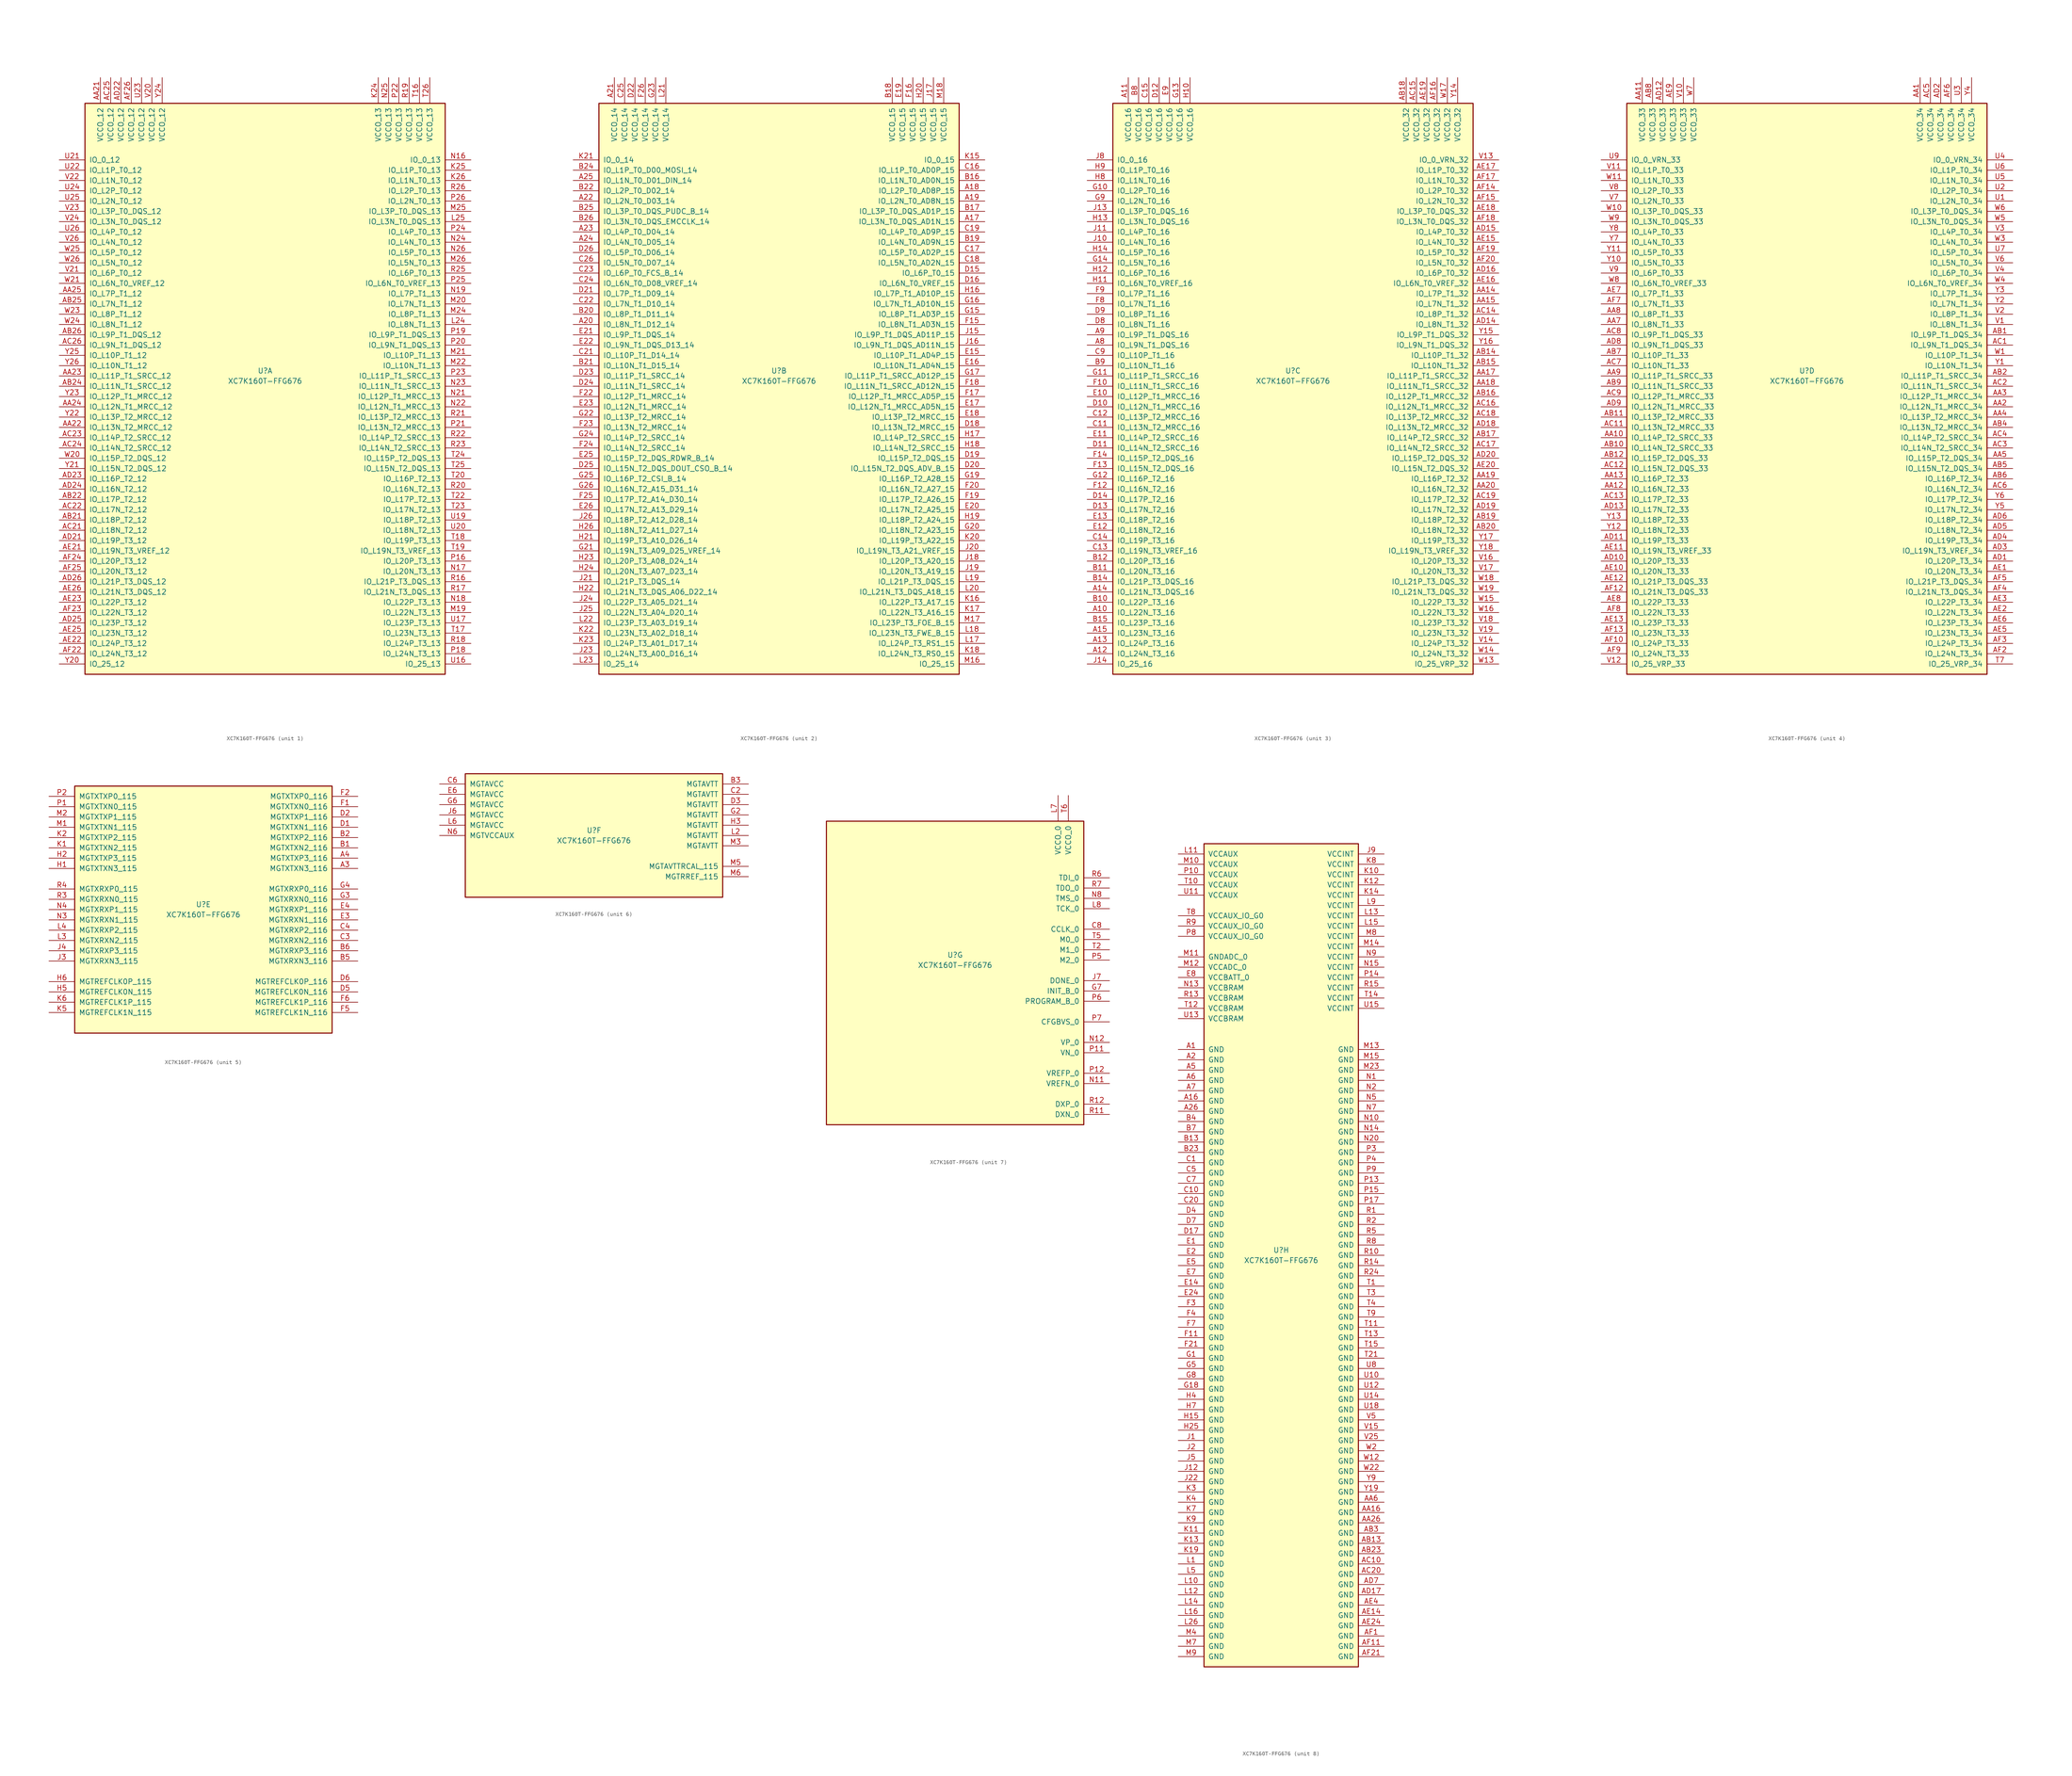
<source format=kicad_sym>
(kicad_symbol_lib
  (version 20231120)
  (generator "kicad_symbol_editor")
  (generator_version "8.0")
  (symbol "XC7K160T-FFG676"
    (pin_names
      (offset 1.016))
    (property "Reference" "U"
      (at 0 1.27 0)
      (effects (font (size 1.27 1.27))))
    (property "Value" "XC7K160T-FFG676"
      (at 0 -1.27 0)
      (effects (font (size 1.27 1.27))))
    (property "Datasheet" ""
      (at 0 0 0)
      (effects (font (size 1.27 1.27))))
    (property "ki_locked" ""
      (at 0 0 0)
      (effects (font (size 1.27 1.27))))
    (symbol "XC7K160T-FFG676_1_1"
      (rectangle (start -44.45 67.31) (end 44.45 -73.66) (stroke (width 0.254) (type default)) (fill (type background)))
      (pin power_in line (at -40.64 73.66 270) (length 6.35) (name "VCCO_12" (effects (font (size 1.27 1.27)))) (number "AA21" (effects (font (size 1.27 1.27)))))
      (pin bidirectional line (at -50.8 -12.7 0) (length 6.35) (name "IO_L13N_T2_MRCC_12" (effects (font (size 1.27 1.27)))) (number "AA22" (effects (font (size 1.27 1.27)))))
      (pin bidirectional line (at -50.8 0 0) (length 6.35) (name "IO_L11P_T1_SRCC_12" (effects (font (size 1.27 1.27)))) (number "AA23" (effects (font (size 1.27 1.27)))))
      (pin bidirectional line (at -50.8 -7.62 0) (length 6.35) (name "IO_L12N_T1_MRCC_12" (effects (font (size 1.27 1.27)))) (number "AA24" (effects (font (size 1.27 1.27)))))
      (pin bidirectional line (at -50.8 20.32 0) (length 6.35) (name "IO_L7P_T1_12" (effects (font (size 1.27 1.27)))) (number "AA25" (effects (font (size 1.27 1.27)))))
      (pin bidirectional line (at -50.8 -35.56 0) (length 6.35) (name "IO_L18P_T2_12" (effects (font (size 1.27 1.27)))) (number "AB21" (effects (font (size 1.27 1.27)))))
      (pin bidirectional line (at -50.8 -30.48 0) (length 6.35) (name "IO_L17P_T2_12" (effects (font (size 1.27 1.27)))) (number "AB22" (effects (font (size 1.27 1.27)))))
      (pin bidirectional line (at -50.8 -2.54 0) (length 6.35) (name "IO_L11N_T1_SRCC_12" (effects (font (size 1.27 1.27)))) (number "AB24" (effects (font (size 1.27 1.27)))))
      (pin bidirectional line (at -50.8 17.78 0) (length 6.35) (name "IO_L7N_T1_12" (effects (font (size 1.27 1.27)))) (number "AB25" (effects (font (size 1.27 1.27)))))
      (pin bidirectional line (at -50.8 10.16 0) (length 6.35) (name "IO_L9P_T1_DQS_12" (effects (font (size 1.27 1.27)))) (number "AB26" (effects (font (size 1.27 1.27)))))
      (pin bidirectional line (at -50.8 -38.1 0) (length 6.35) (name "IO_L18N_T2_12" (effects (font (size 1.27 1.27)))) (number "AC21" (effects (font (size 1.27 1.27)))))
      (pin bidirectional line (at -50.8 -33.02 0) (length 6.35) (name "IO_L17N_T2_12" (effects (font (size 1.27 1.27)))) (number "AC22" (effects (font (size 1.27 1.27)))))
      (pin bidirectional line (at -50.8 -15.24 0) (length 6.35) (name "IO_L14P_T2_SRCC_12" (effects (font (size 1.27 1.27)))) (number "AC23" (effects (font (size 1.27 1.27)))))
      (pin bidirectional line (at -50.8 -17.78 0) (length 6.35) (name "IO_L14N_T2_SRCC_12" (effects (font (size 1.27 1.27)))) (number "AC24" (effects (font (size 1.27 1.27)))))
      (pin power_in line (at -38.1 73.66 270) (length 6.35) (name "VCCO_12" (effects (font (size 1.27 1.27)))) (number "AC25" (effects (font (size 1.27 1.27)))))
      (pin bidirectional line (at -50.8 7.62 0) (length 6.35) (name "IO_L9N_T1_DQS_12" (effects (font (size 1.27 1.27)))) (number "AC26" (effects (font (size 1.27 1.27)))))
      (pin bidirectional line (at -50.8 -40.64 0) (length 6.35) (name "IO_L19P_T3_12" (effects (font (size 1.27 1.27)))) (number "AD21" (effects (font (size 1.27 1.27)))))
      (pin power_in line (at -35.56 73.66 270) (length 6.35) (name "VCCO_12" (effects (font (size 1.27 1.27)))) (number "AD22" (effects (font (size 1.27 1.27)))))
      (pin bidirectional line (at -50.8 -25.4 0) (length 6.35) (name "IO_L16P_T2_12" (effects (font (size 1.27 1.27)))) (number "AD23" (effects (font (size 1.27 1.27)))))
      (pin bidirectional line (at -50.8 -27.94 0) (length 6.35) (name "IO_L16N_T2_12" (effects (font (size 1.27 1.27)))) (number "AD24" (effects (font (size 1.27 1.27)))))
      (pin bidirectional line (at -50.8 -60.96 0) (length 6.35) (name "IO_L23P_T3_12" (effects (font (size 1.27 1.27)))) (number "AD25" (effects (font (size 1.27 1.27)))))
      (pin bidirectional line (at -50.8 -50.8 0) (length 6.35) (name "IO_L21P_T3_DQS_12" (effects (font (size 1.27 1.27)))) (number "AD26" (effects (font (size 1.27 1.27)))))
      (pin bidirectional line (at -50.8 -43.18 0) (length 6.35) (name "IO_L19N_T3_VREF_12" (effects (font (size 1.27 1.27)))) (number "AE21" (effects (font (size 1.27 1.27)))))
      (pin bidirectional line (at -50.8 -66.04 0) (length 6.35) (name "IO_L24P_T3_12" (effects (font (size 1.27 1.27)))) (number "AE22" (effects (font (size 1.27 1.27)))))
      (pin bidirectional line (at -50.8 -55.88 0) (length 6.35) (name "IO_L22P_T3_12" (effects (font (size 1.27 1.27)))) (number "AE23" (effects (font (size 1.27 1.27)))))
      (pin bidirectional line (at -50.8 -63.5 0) (length 6.35) (name "IO_L23N_T3_12" (effects (font (size 1.27 1.27)))) (number "AE25" (effects (font (size 1.27 1.27)))))
      (pin bidirectional line (at -50.8 -53.34 0) (length 6.35) (name "IO_L21N_T3_DQS_12" (effects (font (size 1.27 1.27)))) (number "AE26" (effects (font (size 1.27 1.27)))))
      (pin bidirectional line (at -50.8 -68.58 0) (length 6.35) (name "IO_L24N_T3_12" (effects (font (size 1.27 1.27)))) (number "AF22" (effects (font (size 1.27 1.27)))))
      (pin bidirectional line (at -50.8 -58.42 0) (length 6.35) (name "IO_L22N_T3_12" (effects (font (size 1.27 1.27)))) (number "AF23" (effects (font (size 1.27 1.27)))))
      (pin bidirectional line (at -50.8 -45.72 0) (length 6.35) (name "IO_L20P_T3_12" (effects (font (size 1.27 1.27)))) (number "AF24" (effects (font (size 1.27 1.27)))))
      (pin bidirectional line (at -50.8 -48.26 0) (length 6.35) (name "IO_L20N_T3_12" (effects (font (size 1.27 1.27)))) (number "AF25" (effects (font (size 1.27 1.27)))))
      (pin power_in line (at -33.02 73.66 270) (length 6.35) (name "VCCO_12" (effects (font (size 1.27 1.27)))) (number "AF26" (effects (font (size 1.27 1.27)))))
      (pin power_in line (at 27.94 73.66 270) (length 6.35) (name "VCCO_13" (effects (font (size 1.27 1.27)))) (number "K24" (effects (font (size 1.27 1.27)))))
      (pin bidirectional line (at 50.8 50.8 180) (length 6.35) (name "IO_L1P_T0_13" (effects (font (size 1.27 1.27)))) (number "K25" (effects (font (size 1.27 1.27)))))
      (pin bidirectional line (at 50.8 48.26 180) (length 6.35) (name "IO_L1N_T0_13" (effects (font (size 1.27 1.27)))) (number "K26" (effects (font (size 1.27 1.27)))))
      (pin bidirectional line (at 50.8 12.7 180) (length 6.35) (name "IO_L8N_T1_13" (effects (font (size 1.27 1.27)))) (number "L24" (effects (font (size 1.27 1.27)))))
      (pin bidirectional line (at 50.8 38.1 180) (length 6.35) (name "IO_L3N_T0_DQS_13" (effects (font (size 1.27 1.27)))) (number "L25" (effects (font (size 1.27 1.27)))))
      (pin bidirectional line (at 50.8 -58.42 180) (length 6.35) (name "IO_L22N_T3_13" (effects (font (size 1.27 1.27)))) (number "M19" (effects (font (size 1.27 1.27)))))
      (pin bidirectional line (at 50.8 17.78 180) (length 6.35) (name "IO_L7N_T1_13" (effects (font (size 1.27 1.27)))) (number "M20" (effects (font (size 1.27 1.27)))))
      (pin bidirectional line (at 50.8 5.08 180) (length 6.35) (name "IO_L10P_T1_13" (effects (font (size 1.27 1.27)))) (number "M21" (effects (font (size 1.27 1.27)))))
      (pin bidirectional line (at 50.8 2.54 180) (length 6.35) (name "IO_L10N_T1_13" (effects (font (size 1.27 1.27)))) (number "M22" (effects (font (size 1.27 1.27)))))
      (pin bidirectional line (at 50.8 15.24 180) (length 6.35) (name "IO_L8P_T1_13" (effects (font (size 1.27 1.27)))) (number "M24" (effects (font (size 1.27 1.27)))))
      (pin bidirectional line (at 50.8 40.64 180) (length 6.35) (name "IO_L3P_T0_DQS_13" (effects (font (size 1.27 1.27)))) (number "M25" (effects (font (size 1.27 1.27)))))
      (pin bidirectional line (at 50.8 27.94 180) (length 6.35) (name "IO_L5N_T0_13" (effects (font (size 1.27 1.27)))) (number "M26" (effects (font (size 1.27 1.27)))))
      (pin bidirectional line (at 50.8 53.34 180) (length 6.35) (name "IO_0_13" (effects (font (size 1.27 1.27)))) (number "N16" (effects (font (size 1.27 1.27)))))
      (pin bidirectional line (at 50.8 -48.26 180) (length 6.35) (name "IO_L20N_T3_13" (effects (font (size 1.27 1.27)))) (number "N17" (effects (font (size 1.27 1.27)))))
      (pin bidirectional line (at 50.8 -55.88 180) (length 6.35) (name "IO_L22P_T3_13" (effects (font (size 1.27 1.27)))) (number "N18" (effects (font (size 1.27 1.27)))))
      (pin bidirectional line (at 50.8 20.32 180) (length 6.35) (name "IO_L7P_T1_13" (effects (font (size 1.27 1.27)))) (number "N19" (effects (font (size 1.27 1.27)))))
      (pin bidirectional line (at 50.8 -5.08 180) (length 6.35) (name "IO_L12P_T1_MRCC_13" (effects (font (size 1.27 1.27)))) (number "N21" (effects (font (size 1.27 1.27)))))
      (pin bidirectional line (at 50.8 -7.62 180) (length 6.35) (name "IO_L12N_T1_MRCC_13" (effects (font (size 1.27 1.27)))) (number "N22" (effects (font (size 1.27 1.27)))))
      (pin bidirectional line (at 50.8 -2.54 180) (length 6.35) (name "IO_L11N_T1_SRCC_13" (effects (font (size 1.27 1.27)))) (number "N23" (effects (font (size 1.27 1.27)))))
      (pin bidirectional line (at 50.8 33.02 180) (length 6.35) (name "IO_L4N_T0_13" (effects (font (size 1.27 1.27)))) (number "N24" (effects (font (size 1.27 1.27)))))
      (pin power_in line (at 30.48 73.66 270) (length 6.35) (name "VCCO_13" (effects (font (size 1.27 1.27)))) (number "N25" (effects (font (size 1.27 1.27)))))
      (pin bidirectional line (at 50.8 30.48 180) (length 6.35) (name "IO_L5P_T0_13" (effects (font (size 1.27 1.27)))) (number "N26" (effects (font (size 1.27 1.27)))))
      (pin bidirectional line (at 50.8 -45.72 180) (length 6.35) (name "IO_L20P_T3_13" (effects (font (size 1.27 1.27)))) (number "P16" (effects (font (size 1.27 1.27)))))
      (pin bidirectional line (at 50.8 -68.58 180) (length 6.35) (name "IO_L24N_T3_13" (effects (font (size 1.27 1.27)))) (number "P18" (effects (font (size 1.27 1.27)))))
      (pin bidirectional line (at 50.8 10.16 180) (length 6.35) (name "IO_L9P_T1_DQS_13" (effects (font (size 1.27 1.27)))) (number "P19" (effects (font (size 1.27 1.27)))))
      (pin bidirectional line (at 50.8 7.62 180) (length 6.35) (name "IO_L9N_T1_DQS_13" (effects (font (size 1.27 1.27)))) (number "P20" (effects (font (size 1.27 1.27)))))
      (pin bidirectional line (at 50.8 -12.7 180) (length 6.35) (name "IO_L13N_T2_MRCC_13" (effects (font (size 1.27 1.27)))) (number "P21" (effects (font (size 1.27 1.27)))))
      (pin power_in line (at 33.02 73.66 270) (length 6.35) (name "VCCO_13" (effects (font (size 1.27 1.27)))) (number "P22" (effects (font (size 1.27 1.27)))))
      (pin bidirectional line (at 50.8 0 180) (length 6.35) (name "IO_L11P_T1_SRCC_13" (effects (font (size 1.27 1.27)))) (number "P23" (effects (font (size 1.27 1.27)))))
      (pin bidirectional line (at 50.8 35.56 180) (length 6.35) (name "IO_L4P_T0_13" (effects (font (size 1.27 1.27)))) (number "P24" (effects (font (size 1.27 1.27)))))
      (pin bidirectional line (at 50.8 22.86 180) (length 6.35) (name "IO_L6N_T0_VREF_13" (effects (font (size 1.27 1.27)))) (number "P25" (effects (font (size 1.27 1.27)))))
      (pin bidirectional line (at 50.8 43.18 180) (length 6.35) (name "IO_L2N_T0_13" (effects (font (size 1.27 1.27)))) (number "P26" (effects (font (size 1.27 1.27)))))
      (pin bidirectional line (at 50.8 -50.8 180) (length 6.35) (name "IO_L21P_T3_DQS_13" (effects (font (size 1.27 1.27)))) (number "R16" (effects (font (size 1.27 1.27)))))
      (pin bidirectional line (at 50.8 -53.34 180) (length 6.35) (name "IO_L21N_T3_DQS_13" (effects (font (size 1.27 1.27)))) (number "R17" (effects (font (size 1.27 1.27)))))
      (pin bidirectional line (at 50.8 -66.04 180) (length 6.35) (name "IO_L24P_T3_13" (effects (font (size 1.27 1.27)))) (number "R18" (effects (font (size 1.27 1.27)))))
      (pin power_in line (at 35.56 73.66 270) (length 6.35) (name "VCCO_13" (effects (font (size 1.27 1.27)))) (number "R19" (effects (font (size 1.27 1.27)))))
      (pin bidirectional line (at 50.8 -27.94 180) (length 6.35) (name "IO_L16N_T2_13" (effects (font (size 1.27 1.27)))) (number "R20" (effects (font (size 1.27 1.27)))))
      (pin bidirectional line (at 50.8 -10.16 180) (length 6.35) (name "IO_L13P_T2_MRCC_13" (effects (font (size 1.27 1.27)))) (number "R21" (effects (font (size 1.27 1.27)))))
      (pin bidirectional line (at 50.8 -15.24 180) (length 6.35) (name "IO_L14P_T2_SRCC_13" (effects (font (size 1.27 1.27)))) (number "R22" (effects (font (size 1.27 1.27)))))
      (pin bidirectional line (at 50.8 -17.78 180) (length 6.35) (name "IO_L14N_T2_SRCC_13" (effects (font (size 1.27 1.27)))) (number "R23" (effects (font (size 1.27 1.27)))))
      (pin bidirectional line (at 50.8 25.4 180) (length 6.35) (name "IO_L6P_T0_13" (effects (font (size 1.27 1.27)))) (number "R25" (effects (font (size 1.27 1.27)))))
      (pin bidirectional line (at 50.8 45.72 180) (length 6.35) (name "IO_L2P_T0_13" (effects (font (size 1.27 1.27)))) (number "R26" (effects (font (size 1.27 1.27)))))
      (pin power_in line (at 38.1 73.66 270) (length 6.35) (name "VCCO_13" (effects (font (size 1.27 1.27)))) (number "T16" (effects (font (size 1.27 1.27)))))
      (pin bidirectional line (at 50.8 -63.5 180) (length 6.35) (name "IO_L23N_T3_13" (effects (font (size 1.27 1.27)))) (number "T17" (effects (font (size 1.27 1.27)))))
      (pin bidirectional line (at 50.8 -40.64 180) (length 6.35) (name "IO_L19P_T3_13" (effects (font (size 1.27 1.27)))) (number "T18" (effects (font (size 1.27 1.27)))))
      (pin bidirectional line (at 50.8 -43.18 180) (length 6.35) (name "IO_L19N_T3_VREF_13" (effects (font (size 1.27 1.27)))) (number "T19" (effects (font (size 1.27 1.27)))))
      (pin bidirectional line (at 50.8 -25.4 180) (length 6.35) (name "IO_L16P_T2_13" (effects (font (size 1.27 1.27)))) (number "T20" (effects (font (size 1.27 1.27)))))
      (pin bidirectional line (at 50.8 -30.48 180) (length 6.35) (name "IO_L17P_T2_13" (effects (font (size 1.27 1.27)))) (number "T22" (effects (font (size 1.27 1.27)))))
      (pin bidirectional line (at 50.8 -33.02 180) (length 6.35) (name "IO_L17N_T2_13" (effects (font (size 1.27 1.27)))) (number "T23" (effects (font (size 1.27 1.27)))))
      (pin bidirectional line (at 50.8 -20.32 180) (length 6.35) (name "IO_L15P_T2_DQS_13" (effects (font (size 1.27 1.27)))) (number "T24" (effects (font (size 1.27 1.27)))))
      (pin bidirectional line (at 50.8 -22.86 180) (length 6.35) (name "IO_L15N_T2_DQS_13" (effects (font (size 1.27 1.27)))) (number "T25" (effects (font (size 1.27 1.27)))))
      (pin power_in line (at 40.64 73.66 270) (length 6.35) (name "VCCO_13" (effects (font (size 1.27 1.27)))) (number "T26" (effects (font (size 1.27 1.27)))))
      (pin bidirectional line (at 50.8 -71.12 180) (length 6.35) (name "IO_25_13" (effects (font (size 1.27 1.27)))) (number "U16" (effects (font (size 1.27 1.27)))))
      (pin bidirectional line (at 50.8 -60.96 180) (length 6.35) (name "IO_L23P_T3_13" (effects (font (size 1.27 1.27)))) (number "U17" (effects (font (size 1.27 1.27)))))
      (pin bidirectional line (at 50.8 -35.56 180) (length 6.35) (name "IO_L18P_T2_13" (effects (font (size 1.27 1.27)))) (number "U19" (effects (font (size 1.27 1.27)))))
      (pin bidirectional line (at 50.8 -38.1 180) (length 6.35) (name "IO_L18N_T2_13" (effects (font (size 1.27 1.27)))) (number "U20" (effects (font (size 1.27 1.27)))))
      (pin bidirectional line (at -50.8 53.34 0) (length 6.35) (name "IO_0_12" (effects (font (size 1.27 1.27)))) (number "U21" (effects (font (size 1.27 1.27)))))
      (pin bidirectional line (at -50.8 50.8 0) (length 6.35) (name "IO_L1P_T0_12" (effects (font (size 1.27 1.27)))) (number "U22" (effects (font (size 1.27 1.27)))))
      (pin power_in line (at -30.48 73.66 270) (length 6.35) (name "VCCO_12" (effects (font (size 1.27 1.27)))) (number "U23" (effects (font (size 1.27 1.27)))))
      (pin bidirectional line (at -50.8 45.72 0) (length 6.35) (name "IO_L2P_T0_12" (effects (font (size 1.27 1.27)))) (number "U24" (effects (font (size 1.27 1.27)))))
      (pin bidirectional line (at -50.8 43.18 0) (length 6.35) (name "IO_L2N_T0_12" (effects (font (size 1.27 1.27)))) (number "U25" (effects (font (size 1.27 1.27)))))
      (pin bidirectional line (at -50.8 35.56 0) (length 6.35) (name "IO_L4P_T0_12" (effects (font (size 1.27 1.27)))) (number "U26" (effects (font (size 1.27 1.27)))))
      (pin power_in line (at -27.94 73.66 270) (length 6.35) (name "VCCO_12" (effects (font (size 1.27 1.27)))) (number "V20" (effects (font (size 1.27 1.27)))))
      (pin bidirectional line (at -50.8 25.4 0) (length 6.35) (name "IO_L6P_T0_12" (effects (font (size 1.27 1.27)))) (number "V21" (effects (font (size 1.27 1.27)))))
      (pin bidirectional line (at -50.8 48.26 0) (length 6.35) (name "IO_L1N_T0_12" (effects (font (size 1.27 1.27)))) (number "V22" (effects (font (size 1.27 1.27)))))
      (pin bidirectional line (at -50.8 40.64 0) (length 6.35) (name "IO_L3P_T0_DQS_12" (effects (font (size 1.27 1.27)))) (number "V23" (effects (font (size 1.27 1.27)))))
      (pin bidirectional line (at -50.8 38.1 0) (length 6.35) (name "IO_L3N_T0_DQS_12" (effects (font (size 1.27 1.27)))) (number "V24" (effects (font (size 1.27 1.27)))))
      (pin bidirectional line (at -50.8 33.02 0) (length 6.35) (name "IO_L4N_T0_12" (effects (font (size 1.27 1.27)))) (number "V26" (effects (font (size 1.27 1.27)))))
      (pin bidirectional line (at -50.8 -20.32 0) (length 6.35) (name "IO_L15P_T2_DQS_12" (effects (font (size 1.27 1.27)))) (number "W20" (effects (font (size 1.27 1.27)))))
      (pin bidirectional line (at -50.8 22.86 0) (length 6.35) (name "IO_L6N_T0_VREF_12" (effects (font (size 1.27 1.27)))) (number "W21" (effects (font (size 1.27 1.27)))))
      (pin bidirectional line (at -50.8 15.24 0) (length 6.35) (name "IO_L8P_T1_12" (effects (font (size 1.27 1.27)))) (number "W23" (effects (font (size 1.27 1.27)))))
      (pin bidirectional line (at -50.8 12.7 0) (length 6.35) (name "IO_L8N_T1_12" (effects (font (size 1.27 1.27)))) (number "W24" (effects (font (size 1.27 1.27)))))
      (pin bidirectional line (at -50.8 30.48 0) (length 6.35) (name "IO_L5P_T0_12" (effects (font (size 1.27 1.27)))) (number "W25" (effects (font (size 1.27 1.27)))))
      (pin bidirectional line (at -50.8 27.94 0) (length 6.35) (name "IO_L5N_T0_12" (effects (font (size 1.27 1.27)))) (number "W26" (effects (font (size 1.27 1.27)))))
      (pin bidirectional line (at -50.8 -71.12 0) (length 6.35) (name "IO_25_12" (effects (font (size 1.27 1.27)))) (number "Y20" (effects (font (size 1.27 1.27)))))
      (pin bidirectional line (at -50.8 -22.86 0) (length 6.35) (name "IO_L15N_T2_DQS_12" (effects (font (size 1.27 1.27)))) (number "Y21" (effects (font (size 1.27 1.27)))))
      (pin bidirectional line (at -50.8 -10.16 0) (length 6.35) (name "IO_L13P_T2_MRCC_12" (effects (font (size 1.27 1.27)))) (number "Y22" (effects (font (size 1.27 1.27)))))
      (pin bidirectional line (at -50.8 -5.08 0) (length 6.35) (name "IO_L12P_T1_MRCC_12" (effects (font (size 1.27 1.27)))) (number "Y23" (effects (font (size 1.27 1.27)))))
      (pin power_in line (at -25.4 73.66 270) (length 6.35) (name "VCCO_12" (effects (font (size 1.27 1.27)))) (number "Y24" (effects (font (size 1.27 1.27)))))
      (pin bidirectional line (at -50.8 5.08 0) (length 6.35) (name "IO_L10P_T1_12" (effects (font (size 1.27 1.27)))) (number "Y25" (effects (font (size 1.27 1.27)))))
      (pin bidirectional line (at -50.8 2.54 0) (length 6.35) (name "IO_L10N_T1_12" (effects (font (size 1.27 1.27)))) (number "Y26" (effects (font (size 1.27 1.27))))))
    (symbol "XC7K160T-FFG676_2_1"
      (rectangle (start -44.45 67.31) (end 44.45 -73.66) (stroke (width 0.254) (type default)) (fill (type background)))
      (pin bidirectional line (at 50.8 38.1 180) (length 6.35) (name "IO_L3N_T0_DQS_AD1N_15" (effects (font (size 1.27 1.27)))) (number "A17" (effects (font (size 1.27 1.27)))))
      (pin bidirectional line (at 50.8 45.72 180) (length 6.35) (name "IO_L2P_T0_AD8P_15" (effects (font (size 1.27 1.27)))) (number "A18" (effects (font (size 1.27 1.27)))))
      (pin bidirectional line (at 50.8 43.18 180) (length 6.35) (name "IO_L2N_T0_AD8N_15" (effects (font (size 1.27 1.27)))) (number "A19" (effects (font (size 1.27 1.27)))))
      (pin bidirectional line (at -50.8 12.7 0) (length 6.35) (name "IO_L8N_T1_D12_14" (effects (font (size 1.27 1.27)))) (number "A20" (effects (font (size 1.27 1.27)))))
      (pin power_in line (at -40.64 73.66 270) (length 6.35) (name "VCCO_14" (effects (font (size 1.27 1.27)))) (number "A21" (effects (font (size 1.27 1.27)))))
      (pin bidirectional line (at -50.8 43.18 0) (length 6.35) (name "IO_L2N_T0_D03_14" (effects (font (size 1.27 1.27)))) (number "A22" (effects (font (size 1.27 1.27)))))
      (pin bidirectional line (at -50.8 35.56 0) (length 6.35) (name "IO_L4P_T0_D04_14" (effects (font (size 1.27 1.27)))) (number "A23" (effects (font (size 1.27 1.27)))))
      (pin bidirectional line (at -50.8 33.02 0) (length 6.35) (name "IO_L4N_T0_D05_14" (effects (font (size 1.27 1.27)))) (number "A24" (effects (font (size 1.27 1.27)))))
      (pin bidirectional line (at -50.8 48.26 0) (length 6.35) (name "IO_L1N_T0_D01_DIN_14" (effects (font (size 1.27 1.27)))) (number "A25" (effects (font (size 1.27 1.27)))))
      (pin bidirectional line (at 50.8 48.26 180) (length 6.35) (name "IO_L1N_T0_AD0N_15" (effects (font (size 1.27 1.27)))) (number "B16" (effects (font (size 1.27 1.27)))))
      (pin bidirectional line (at 50.8 40.64 180) (length 6.35) (name "IO_L3P_T0_DQS_AD1P_15" (effects (font (size 1.27 1.27)))) (number "B17" (effects (font (size 1.27 1.27)))))
      (pin power_in line (at 27.94 73.66 270) (length 6.35) (name "VCCO_15" (effects (font (size 1.27 1.27)))) (number "B18" (effects (font (size 1.27 1.27)))))
      (pin bidirectional line (at 50.8 33.02 180) (length 6.35) (name "IO_L4N_T0_AD9N_15" (effects (font (size 1.27 1.27)))) (number "B19" (effects (font (size 1.27 1.27)))))
      (pin bidirectional line (at -50.8 15.24 0) (length 6.35) (name "IO_L8P_T1_D11_14" (effects (font (size 1.27 1.27)))) (number "B20" (effects (font (size 1.27 1.27)))))
      (pin bidirectional line (at -50.8 2.54 0) (length 6.35) (name "IO_L10N_T1_D15_14" (effects (font (size 1.27 1.27)))) (number "B21" (effects (font (size 1.27 1.27)))))
      (pin bidirectional line (at -50.8 45.72 0) (length 6.35) (name "IO_L2P_T0_D02_14" (effects (font (size 1.27 1.27)))) (number "B22" (effects (font (size 1.27 1.27)))))
      (pin bidirectional line (at -50.8 50.8 0) (length 6.35) (name "IO_L1P_T0_D00_MOSI_14" (effects (font (size 1.27 1.27)))) (number "B24" (effects (font (size 1.27 1.27)))))
      (pin bidirectional line (at -50.8 40.64 0) (length 6.35) (name "IO_L3P_T0_DQS_PUDC_B_14" (effects (font (size 1.27 1.27)))) (number "B25" (effects (font (size 1.27 1.27)))))
      (pin bidirectional line (at -50.8 38.1 0) (length 6.35) (name "IO_L3N_T0_DQS_EMCCLK_14" (effects (font (size 1.27 1.27)))) (number "B26" (effects (font (size 1.27 1.27)))))
      (pin bidirectional line (at 50.8 50.8 180) (length 6.35) (name "IO_L1P_T0_AD0P_15" (effects (font (size 1.27 1.27)))) (number "C16" (effects (font (size 1.27 1.27)))))
      (pin bidirectional line (at 50.8 30.48 180) (length 6.35) (name "IO_L5P_T0_AD2P_15" (effects (font (size 1.27 1.27)))) (number "C17" (effects (font (size 1.27 1.27)))))
      (pin bidirectional line (at 50.8 27.94 180) (length 6.35) (name "IO_L5N_T0_AD2N_15" (effects (font (size 1.27 1.27)))) (number "C18" (effects (font (size 1.27 1.27)))))
      (pin bidirectional line (at 50.8 35.56 180) (length 6.35) (name "IO_L4P_T0_AD9P_15" (effects (font (size 1.27 1.27)))) (number "C19" (effects (font (size 1.27 1.27)))))
      (pin bidirectional line (at -50.8 5.08 0) (length 6.35) (name "IO_L10P_T1_D14_14" (effects (font (size 1.27 1.27)))) (number "C21" (effects (font (size 1.27 1.27)))))
      (pin bidirectional line (at -50.8 17.78 0) (length 6.35) (name "IO_L7N_T1_D10_14" (effects (font (size 1.27 1.27)))) (number "C22" (effects (font (size 1.27 1.27)))))
      (pin bidirectional line (at -50.8 25.4 0) (length 6.35) (name "IO_L6P_T0_FCS_B_14" (effects (font (size 1.27 1.27)))) (number "C23" (effects (font (size 1.27 1.27)))))
      (pin bidirectional line (at -50.8 22.86 0) (length 6.35) (name "IO_L6N_T0_D08_VREF_14" (effects (font (size 1.27 1.27)))) (number "C24" (effects (font (size 1.27 1.27)))))
      (pin power_in line (at -38.1 73.66 270) (length 6.35) (name "VCCO_14" (effects (font (size 1.27 1.27)))) (number "C25" (effects (font (size 1.27 1.27)))))
      (pin bidirectional line (at -50.8 27.94 0) (length 6.35) (name "IO_L5N_T0_D07_14" (effects (font (size 1.27 1.27)))) (number "C26" (effects (font (size 1.27 1.27)))))
      (pin bidirectional line (at 50.8 25.4 180) (length 6.35) (name "IO_L6P_T0_15" (effects (font (size 1.27 1.27)))) (number "D15" (effects (font (size 1.27 1.27)))))
      (pin bidirectional line (at 50.8 22.86 180) (length 6.35) (name "IO_L6N_T0_VREF_15" (effects (font (size 1.27 1.27)))) (number "D16" (effects (font (size 1.27 1.27)))))
      (pin bidirectional line (at 50.8 -12.7 180) (length 6.35) (name "IO_L13N_T2_MRCC_15" (effects (font (size 1.27 1.27)))) (number "D18" (effects (font (size 1.27 1.27)))))
      (pin bidirectional line (at 50.8 -20.32 180) (length 6.35) (name "IO_L15P_T2_DQS_15" (effects (font (size 1.27 1.27)))) (number "D19" (effects (font (size 1.27 1.27)))))
      (pin bidirectional line (at 50.8 -22.86 180) (length 6.35) (name "IO_L15N_T2_DQS_ADV_B_15" (effects (font (size 1.27 1.27)))) (number "D20" (effects (font (size 1.27 1.27)))))
      (pin bidirectional line (at -50.8 20.32 0) (length 6.35) (name "IO_L7P_T1_D09_14" (effects (font (size 1.27 1.27)))) (number "D21" (effects (font (size 1.27 1.27)))))
      (pin power_in line (at -35.56 73.66 270) (length 6.35) (name "VCCO_14" (effects (font (size 1.27 1.27)))) (number "D22" (effects (font (size 1.27 1.27)))))
      (pin bidirectional line (at -50.8 0 0) (length 6.35) (name "IO_L11P_T1_SRCC_14" (effects (font (size 1.27 1.27)))) (number "D23" (effects (font (size 1.27 1.27)))))
      (pin bidirectional line (at -50.8 -2.54 0) (length 6.35) (name "IO_L11N_T1_SRCC_14" (effects (font (size 1.27 1.27)))) (number "D24" (effects (font (size 1.27 1.27)))))
      (pin bidirectional line (at -50.8 -22.86 0) (length 6.35) (name "IO_L15N_T2_DQS_DOUT_CSO_B_14" (effects (font (size 1.27 1.27)))) (number "D25" (effects (font (size 1.27 1.27)))))
      (pin bidirectional line (at -50.8 30.48 0) (length 6.35) (name "IO_L5P_T0_D06_14" (effects (font (size 1.27 1.27)))) (number "D26" (effects (font (size 1.27 1.27)))))
      (pin bidirectional line (at 50.8 5.08 180) (length 6.35) (name "IO_L10P_T1_AD4P_15" (effects (font (size 1.27 1.27)))) (number "E15" (effects (font (size 1.27 1.27)))))
      (pin bidirectional line (at 50.8 2.54 180) (length 6.35) (name "IO_L10N_T1_AD4N_15" (effects (font (size 1.27 1.27)))) (number "E16" (effects (font (size 1.27 1.27)))))
      (pin bidirectional line (at 50.8 -7.62 180) (length 6.35) (name "IO_L12N_T1_MRCC_AD5N_15" (effects (font (size 1.27 1.27)))) (number "E17" (effects (font (size 1.27 1.27)))))
      (pin bidirectional line (at 50.8 -10.16 180) (length 6.35) (name "IO_L13P_T2_MRCC_15" (effects (font (size 1.27 1.27)))) (number "E18" (effects (font (size 1.27 1.27)))))
      (pin power_in line (at 30.48 73.66 270) (length 6.35) (name "VCCO_15" (effects (font (size 1.27 1.27)))) (number "E19" (effects (font (size 1.27 1.27)))))
      (pin bidirectional line (at 50.8 -33.02 180) (length 6.35) (name "IO_L17N_T2_A25_15" (effects (font (size 1.27 1.27)))) (number "E20" (effects (font (size 1.27 1.27)))))
      (pin bidirectional line (at -50.8 10.16 0) (length 6.35) (name "IO_L9P_T1_DQS_14" (effects (font (size 1.27 1.27)))) (number "E21" (effects (font (size 1.27 1.27)))))
      (pin bidirectional line (at -50.8 7.62 0) (length 6.35) (name "IO_L9N_T1_DQS_D13_14" (effects (font (size 1.27 1.27)))) (number "E22" (effects (font (size 1.27 1.27)))))
      (pin bidirectional line (at -50.8 -7.62 0) (length 6.35) (name "IO_L12N_T1_MRCC_14" (effects (font (size 1.27 1.27)))) (number "E23" (effects (font (size 1.27 1.27)))))
      (pin bidirectional line (at -50.8 -20.32 0) (length 6.35) (name "IO_L15P_T2_DQS_RDWR_B_14" (effects (font (size 1.27 1.27)))) (number "E25" (effects (font (size 1.27 1.27)))))
      (pin bidirectional line (at -50.8 -33.02 0) (length 6.35) (name "IO_L17N_T2_A13_D29_14" (effects (font (size 1.27 1.27)))) (number "E26" (effects (font (size 1.27 1.27)))))
      (pin bidirectional line (at 50.8 12.7 180) (length 6.35) (name "IO_L8N_T1_AD3N_15" (effects (font (size 1.27 1.27)))) (number "F15" (effects (font (size 1.27 1.27)))))
      (pin power_in line (at 33.02 73.66 270) (length 6.35) (name "VCCO_15" (effects (font (size 1.27 1.27)))) (number "F16" (effects (font (size 1.27 1.27)))))
      (pin bidirectional line (at 50.8 -5.08 180) (length 6.35) (name "IO_L12P_T1_MRCC_AD5P_15" (effects (font (size 1.27 1.27)))) (number "F17" (effects (font (size 1.27 1.27)))))
      (pin bidirectional line (at 50.8 -2.54 180) (length 6.35) (name "IO_L11N_T1_SRCC_AD12N_15" (effects (font (size 1.27 1.27)))) (number "F18" (effects (font (size 1.27 1.27)))))
      (pin bidirectional line (at 50.8 -30.48 180) (length 6.35) (name "IO_L17P_T2_A26_15" (effects (font (size 1.27 1.27)))) (number "F19" (effects (font (size 1.27 1.27)))))
      (pin bidirectional line (at 50.8 -27.94 180) (length 6.35) (name "IO_L16N_T2_A27_15" (effects (font (size 1.27 1.27)))) (number "F20" (effects (font (size 1.27 1.27)))))
      (pin bidirectional line (at -50.8 -5.08 0) (length 6.35) (name "IO_L12P_T1_MRCC_14" (effects (font (size 1.27 1.27)))) (number "F22" (effects (font (size 1.27 1.27)))))
      (pin bidirectional line (at -50.8 -12.7 0) (length 6.35) (name "IO_L13N_T2_MRCC_14" (effects (font (size 1.27 1.27)))) (number "F23" (effects (font (size 1.27 1.27)))))
      (pin bidirectional line (at -50.8 -17.78 0) (length 6.35) (name "IO_L14N_T2_SRCC_14" (effects (font (size 1.27 1.27)))) (number "F24" (effects (font (size 1.27 1.27)))))
      (pin bidirectional line (at -50.8 -30.48 0) (length 6.35) (name "IO_L17P_T2_A14_D30_14" (effects (font (size 1.27 1.27)))) (number "F25" (effects (font (size 1.27 1.27)))))
      (pin power_in line (at -33.02 73.66 270) (length 6.35) (name "VCCO_14" (effects (font (size 1.27 1.27)))) (number "F26" (effects (font (size 1.27 1.27)))))
      (pin bidirectional line (at 50.8 15.24 180) (length 6.35) (name "IO_L8P_T1_AD3P_15" (effects (font (size 1.27 1.27)))) (number "G15" (effects (font (size 1.27 1.27)))))
      (pin bidirectional line (at 50.8 17.78 180) (length 6.35) (name "IO_L7N_T1_AD10N_15" (effects (font (size 1.27 1.27)))) (number "G16" (effects (font (size 1.27 1.27)))))
      (pin bidirectional line (at 50.8 0 180) (length 6.35) (name "IO_L11P_T1_SRCC_AD12P_15" (effects (font (size 1.27 1.27)))) (number "G17" (effects (font (size 1.27 1.27)))))
      (pin bidirectional line (at 50.8 -25.4 180) (length 6.35) (name "IO_L16P_T2_A28_15" (effects (font (size 1.27 1.27)))) (number "G19" (effects (font (size 1.27 1.27)))))
      (pin bidirectional line (at 50.8 -38.1 180) (length 6.35) (name "IO_L18N_T2_A23_15" (effects (font (size 1.27 1.27)))) (number "G20" (effects (font (size 1.27 1.27)))))
      (pin bidirectional line (at -50.8 -43.18 0) (length 6.35) (name "IO_L19N_T3_A09_D25_VREF_14" (effects (font (size 1.27 1.27)))) (number "G21" (effects (font (size 1.27 1.27)))))
      (pin bidirectional line (at -50.8 -10.16 0) (length 6.35) (name "IO_L13P_T2_MRCC_14" (effects (font (size 1.27 1.27)))) (number "G22" (effects (font (size 1.27 1.27)))))
      (pin power_in line (at -30.48 73.66 270) (length 6.35) (name "VCCO_14" (effects (font (size 1.27 1.27)))) (number "G23" (effects (font (size 1.27 1.27)))))
      (pin bidirectional line (at -50.8 -15.24 0) (length 6.35) (name "IO_L14P_T2_SRCC_14" (effects (font (size 1.27 1.27)))) (number "G24" (effects (font (size 1.27 1.27)))))
      (pin bidirectional line (at -50.8 -25.4 0) (length 6.35) (name "IO_L16P_T2_CSI_B_14" (effects (font (size 1.27 1.27)))) (number "G25" (effects (font (size 1.27 1.27)))))
      (pin bidirectional line (at -50.8 -27.94 0) (length 6.35) (name "IO_L16N_T2_A15_D31_14" (effects (font (size 1.27 1.27)))) (number "G26" (effects (font (size 1.27 1.27)))))
      (pin bidirectional line (at 50.8 20.32 180) (length 6.35) (name "IO_L7P_T1_AD10P_15" (effects (font (size 1.27 1.27)))) (number "H16" (effects (font (size 1.27 1.27)))))
      (pin bidirectional line (at 50.8 -15.24 180) (length 6.35) (name "IO_L14P_T2_SRCC_15" (effects (font (size 1.27 1.27)))) (number "H17" (effects (font (size 1.27 1.27)))))
      (pin bidirectional line (at 50.8 -17.78 180) (length 6.35) (name "IO_L14N_T2_SRCC_15" (effects (font (size 1.27 1.27)))) (number "H18" (effects (font (size 1.27 1.27)))))
      (pin bidirectional line (at 50.8 -35.56 180) (length 6.35) (name "IO_L18P_T2_A24_15" (effects (font (size 1.27 1.27)))) (number "H19" (effects (font (size 1.27 1.27)))))
      (pin power_in line (at 35.56 73.66 270) (length 6.35) (name "VCCO_15" (effects (font (size 1.27 1.27)))) (number "H20" (effects (font (size 1.27 1.27)))))
      (pin bidirectional line (at -50.8 -40.64 0) (length 6.35) (name "IO_L19P_T3_A10_D26_14" (effects (font (size 1.27 1.27)))) (number "H21" (effects (font (size 1.27 1.27)))))
      (pin bidirectional line (at -50.8 -53.34 0) (length 6.35) (name "IO_L21N_T3_DQS_A06_D22_14" (effects (font (size 1.27 1.27)))) (number "H22" (effects (font (size 1.27 1.27)))))
      (pin bidirectional line (at -50.8 -45.72 0) (length 6.35) (name "IO_L20P_T3_A08_D24_14" (effects (font (size 1.27 1.27)))) (number "H23" (effects (font (size 1.27 1.27)))))
      (pin bidirectional line (at -50.8 -48.26 0) (length 6.35) (name "IO_L20N_T3_A07_D23_14" (effects (font (size 1.27 1.27)))) (number "H24" (effects (font (size 1.27 1.27)))))
      (pin bidirectional line (at -50.8 -38.1 0) (length 6.35) (name "IO_L18N_T2_A11_D27_14" (effects (font (size 1.27 1.27)))) (number "H26" (effects (font (size 1.27 1.27)))))
      (pin bidirectional line (at 50.8 10.16 180) (length 6.35) (name "IO_L9P_T1_DQS_AD11P_15" (effects (font (size 1.27 1.27)))) (number "J15" (effects (font (size 1.27 1.27)))))
      (pin bidirectional line (at 50.8 7.62 180) (length 6.35) (name "IO_L9N_T1_DQS_AD11N_15" (effects (font (size 1.27 1.27)))) (number "J16" (effects (font (size 1.27 1.27)))))
      (pin power_in line (at 38.1 73.66 270) (length 6.35) (name "VCCO_15" (effects (font (size 1.27 1.27)))) (number "J17" (effects (font (size 1.27 1.27)))))
      (pin bidirectional line (at 50.8 -45.72 180) (length 6.35) (name "IO_L20P_T3_A20_15" (effects (font (size 1.27 1.27)))) (number "J18" (effects (font (size 1.27 1.27)))))
      (pin bidirectional line (at 50.8 -48.26 180) (length 6.35) (name "IO_L20N_T3_A19_15" (effects (font (size 1.27 1.27)))) (number "J19" (effects (font (size 1.27 1.27)))))
      (pin bidirectional line (at 50.8 -43.18 180) (length 6.35) (name "IO_L19N_T3_A21_VREF_15" (effects (font (size 1.27 1.27)))) (number "J20" (effects (font (size 1.27 1.27)))))
      (pin bidirectional line (at -50.8 -50.8 0) (length 6.35) (name "IO_L21P_T3_DQS_14" (effects (font (size 1.27 1.27)))) (number "J21" (effects (font (size 1.27 1.27)))))
      (pin bidirectional line (at -50.8 -68.58 0) (length 6.35) (name "IO_L24N_T3_A00_D16_14" (effects (font (size 1.27 1.27)))) (number "J23" (effects (font (size 1.27 1.27)))))
      (pin bidirectional line (at -50.8 -55.88 0) (length 6.35) (name "IO_L22P_T3_A05_D21_14" (effects (font (size 1.27 1.27)))) (number "J24" (effects (font (size 1.27 1.27)))))
      (pin bidirectional line (at -50.8 -58.42 0) (length 6.35) (name "IO_L22N_T3_A04_D20_14" (effects (font (size 1.27 1.27)))) (number "J25" (effects (font (size 1.27 1.27)))))
      (pin bidirectional line (at -50.8 -35.56 0) (length 6.35) (name "IO_L18P_T2_A12_D28_14" (effects (font (size 1.27 1.27)))) (number "J26" (effects (font (size 1.27 1.27)))))
      (pin bidirectional line (at 50.8 53.34 180) (length 6.35) (name "IO_0_15" (effects (font (size 1.27 1.27)))) (number "K15" (effects (font (size 1.27 1.27)))))
      (pin bidirectional line (at 50.8 -55.88 180) (length 6.35) (name "IO_L22P_T3_A17_15" (effects (font (size 1.27 1.27)))) (number "K16" (effects (font (size 1.27 1.27)))))
      (pin bidirectional line (at 50.8 -58.42 180) (length 6.35) (name "IO_L22N_T3_A16_15" (effects (font (size 1.27 1.27)))) (number "K17" (effects (font (size 1.27 1.27)))))
      (pin bidirectional line (at 50.8 -68.58 180) (length 6.35) (name "IO_L24N_T3_RS0_15" (effects (font (size 1.27 1.27)))) (number "K18" (effects (font (size 1.27 1.27)))))
      (pin bidirectional line (at 50.8 -40.64 180) (length 6.35) (name "IO_L19P_T3_A22_15" (effects (font (size 1.27 1.27)))) (number "K20" (effects (font (size 1.27 1.27)))))
      (pin bidirectional line (at -50.8 53.34 0) (length 6.35) (name "IO_0_14" (effects (font (size 1.27 1.27)))) (number "K21" (effects (font (size 1.27 1.27)))))
      (pin bidirectional line (at -50.8 -63.5 0) (length 6.35) (name "IO_L23N_T3_A02_D18_14" (effects (font (size 1.27 1.27)))) (number "K22" (effects (font (size 1.27 1.27)))))
      (pin bidirectional line (at -50.8 -66.04 0) (length 6.35) (name "IO_L24P_T3_A01_D17_14" (effects (font (size 1.27 1.27)))) (number "K23" (effects (font (size 1.27 1.27)))))
      (pin bidirectional line (at 50.8 -66.04 180) (length 6.35) (name "IO_L24P_T3_RS1_15" (effects (font (size 1.27 1.27)))) (number "L17" (effects (font (size 1.27 1.27)))))
      (pin bidirectional line (at 50.8 -63.5 180) (length 6.35) (name "IO_L23N_T3_FWE_B_15" (effects (font (size 1.27 1.27)))) (number "L18" (effects (font (size 1.27 1.27)))))
      (pin bidirectional line (at 50.8 -50.8 180) (length 6.35) (name "IO_L21P_T3_DQS_15" (effects (font (size 1.27 1.27)))) (number "L19" (effects (font (size 1.27 1.27)))))
      (pin bidirectional line (at 50.8 -53.34 180) (length 6.35) (name "IO_L21N_T3_DQS_A18_15" (effects (font (size 1.27 1.27)))) (number "L20" (effects (font (size 1.27 1.27)))))
      (pin power_in line (at -27.94 73.66 270) (length 6.35) (name "VCCO_14" (effects (font (size 1.27 1.27)))) (number "L21" (effects (font (size 1.27 1.27)))))
      (pin bidirectional line (at -50.8 -60.96 0) (length 6.35) (name "IO_L23P_T3_A03_D19_14" (effects (font (size 1.27 1.27)))) (number "L22" (effects (font (size 1.27 1.27)))))
      (pin bidirectional line (at -50.8 -71.12 0) (length 6.35) (name "IO_25_14" (effects (font (size 1.27 1.27)))) (number "L23" (effects (font (size 1.27 1.27)))))
      (pin bidirectional line (at 50.8 -71.12 180) (length 6.35) (name "IO_25_15" (effects (font (size 1.27 1.27)))) (number "M16" (effects (font (size 1.27 1.27)))))
      (pin bidirectional line (at 50.8 -60.96 180) (length 6.35) (name "IO_L23P_T3_FOE_B_15" (effects (font (size 1.27 1.27)))) (number "M17" (effects (font (size 1.27 1.27)))))
      (pin power_in line (at 40.64 73.66 270) (length 6.35) (name "VCCO_15" (effects (font (size 1.27 1.27)))) (number "M18" (effects (font (size 1.27 1.27))))))
    (symbol "XC7K160T-FFG676_3_1"
      (rectangle (start -44.45 67.31) (end 44.45 -73.66) (stroke (width 0.254) (type default)) (fill (type background)))
      (pin bidirectional line (at -50.8 -58.42 0) (length 6.35) (name "IO_L22N_T3_16" (effects (font (size 1.27 1.27)))) (number "A10" (effects (font (size 1.27 1.27)))))
      (pin power_in line (at -40.64 73.66 270) (length 6.35) (name "VCCO_16" (effects (font (size 1.27 1.27)))) (number "A11" (effects (font (size 1.27 1.27)))))
      (pin bidirectional line (at -50.8 -68.58 0) (length 6.35) (name "IO_L24N_T3_16" (effects (font (size 1.27 1.27)))) (number "A12" (effects (font (size 1.27 1.27)))))
      (pin bidirectional line (at -50.8 -66.04 0) (length 6.35) (name "IO_L24P_T3_16" (effects (font (size 1.27 1.27)))) (number "A13" (effects (font (size 1.27 1.27)))))
      (pin bidirectional line (at -50.8 -53.34 0) (length 6.35) (name "IO_L21N_T3_DQS_16" (effects (font (size 1.27 1.27)))) (number "A14" (effects (font (size 1.27 1.27)))))
      (pin bidirectional line (at -50.8 -63.5 0) (length 6.35) (name "IO_L23N_T3_16" (effects (font (size 1.27 1.27)))) (number "A15" (effects (font (size 1.27 1.27)))))
      (pin bidirectional line (at -50.8 7.62 0) (length 6.35) (name "IO_L9N_T1_DQS_16" (effects (font (size 1.27 1.27)))) (number "A8" (effects (font (size 1.27 1.27)))))
      (pin bidirectional line (at -50.8 10.16 0) (length 6.35) (name "IO_L9P_T1_DQS_16" (effects (font (size 1.27 1.27)))) (number "A9" (effects (font (size 1.27 1.27)))))
      (pin bidirectional line (at 50.8 20.32 180) (length 6.35) (name "IO_L7P_T1_32" (effects (font (size 1.27 1.27)))) (number "AA14" (effects (font (size 1.27 1.27)))))
      (pin bidirectional line (at 50.8 17.78 180) (length 6.35) (name "IO_L7N_T1_32" (effects (font (size 1.27 1.27)))) (number "AA15" (effects (font (size 1.27 1.27)))))
      (pin bidirectional line (at 50.8 0 180) (length 6.35) (name "IO_L11P_T1_SRCC_32" (effects (font (size 1.27 1.27)))) (number "AA17" (effects (font (size 1.27 1.27)))))
      (pin bidirectional line (at 50.8 -2.54 180) (length 6.35) (name "IO_L11N_T1_SRCC_32" (effects (font (size 1.27 1.27)))) (number "AA18" (effects (font (size 1.27 1.27)))))
      (pin bidirectional line (at 50.8 -25.4 180) (length 6.35) (name "IO_L16P_T2_32" (effects (font (size 1.27 1.27)))) (number "AA19" (effects (font (size 1.27 1.27)))))
      (pin bidirectional line (at 50.8 -27.94 180) (length 6.35) (name "IO_L16N_T2_32" (effects (font (size 1.27 1.27)))) (number "AA20" (effects (font (size 1.27 1.27)))))
      (pin bidirectional line (at 50.8 5.08 180) (length 6.35) (name "IO_L10P_T1_32" (effects (font (size 1.27 1.27)))) (number "AB14" (effects (font (size 1.27 1.27)))))
      (pin bidirectional line (at 50.8 2.54 180) (length 6.35) (name "IO_L10N_T1_32" (effects (font (size 1.27 1.27)))) (number "AB15" (effects (font (size 1.27 1.27)))))
      (pin bidirectional line (at 50.8 -5.08 180) (length 6.35) (name "IO_L12P_T1_MRCC_32" (effects (font (size 1.27 1.27)))) (number "AB16" (effects (font (size 1.27 1.27)))))
      (pin bidirectional line (at 50.8 -15.24 180) (length 6.35) (name "IO_L14P_T2_SRCC_32" (effects (font (size 1.27 1.27)))) (number "AB17" (effects (font (size 1.27 1.27)))))
      (pin power_in line (at 27.94 73.66 270) (length 6.35) (name "VCCO_32" (effects (font (size 1.27 1.27)))) (number "AB18" (effects (font (size 1.27 1.27)))))
      (pin bidirectional line (at 50.8 -35.56 180) (length 6.35) (name "IO_L18P_T2_32" (effects (font (size 1.27 1.27)))) (number "AB19" (effects (font (size 1.27 1.27)))))
      (pin bidirectional line (at 50.8 -38.1 180) (length 6.35) (name "IO_L18N_T2_32" (effects (font (size 1.27 1.27)))) (number "AB20" (effects (font (size 1.27 1.27)))))
      (pin bidirectional line (at 50.8 15.24 180) (length 6.35) (name "IO_L8P_T1_32" (effects (font (size 1.27 1.27)))) (number "AC14" (effects (font (size 1.27 1.27)))))
      (pin power_in line (at 30.48 73.66 270) (length 6.35) (name "VCCO_32" (effects (font (size 1.27 1.27)))) (number "AC15" (effects (font (size 1.27 1.27)))))
      (pin bidirectional line (at 50.8 -7.62 180) (length 6.35) (name "IO_L12N_T1_MRCC_32" (effects (font (size 1.27 1.27)))) (number "AC16" (effects (font (size 1.27 1.27)))))
      (pin bidirectional line (at 50.8 -17.78 180) (length 6.35) (name "IO_L14N_T2_SRCC_32" (effects (font (size 1.27 1.27)))) (number "AC17" (effects (font (size 1.27 1.27)))))
      (pin bidirectional line (at 50.8 -10.16 180) (length 6.35) (name "IO_L13P_T2_MRCC_32" (effects (font (size 1.27 1.27)))) (number "AC18" (effects (font (size 1.27 1.27)))))
      (pin bidirectional line (at 50.8 -30.48 180) (length 6.35) (name "IO_L17P_T2_32" (effects (font (size 1.27 1.27)))) (number "AC19" (effects (font (size 1.27 1.27)))))
      (pin bidirectional line (at 50.8 12.7 180) (length 6.35) (name "IO_L8N_T1_32" (effects (font (size 1.27 1.27)))) (number "AD14" (effects (font (size 1.27 1.27)))))
      (pin bidirectional line (at 50.8 35.56 180) (length 6.35) (name "IO_L4P_T0_32" (effects (font (size 1.27 1.27)))) (number "AD15" (effects (font (size 1.27 1.27)))))
      (pin bidirectional line (at 50.8 25.4 180) (length 6.35) (name "IO_L6P_T0_32" (effects (font (size 1.27 1.27)))) (number "AD16" (effects (font (size 1.27 1.27)))))
      (pin bidirectional line (at 50.8 -12.7 180) (length 6.35) (name "IO_L13N_T2_MRCC_32" (effects (font (size 1.27 1.27)))) (number "AD18" (effects (font (size 1.27 1.27)))))
      (pin bidirectional line (at 50.8 -33.02 180) (length 6.35) (name "IO_L17N_T2_32" (effects (font (size 1.27 1.27)))) (number "AD19" (effects (font (size 1.27 1.27)))))
      (pin bidirectional line (at 50.8 -20.32 180) (length 6.35) (name "IO_L15P_T2_DQS_32" (effects (font (size 1.27 1.27)))) (number "AD20" (effects (font (size 1.27 1.27)))))
      (pin bidirectional line (at 50.8 33.02 180) (length 6.35) (name "IO_L4N_T0_32" (effects (font (size 1.27 1.27)))) (number "AE15" (effects (font (size 1.27 1.27)))))
      (pin bidirectional line (at 50.8 22.86 180) (length 6.35) (name "IO_L6N_T0_VREF_32" (effects (font (size 1.27 1.27)))) (number "AE16" (effects (font (size 1.27 1.27)))))
      (pin bidirectional line (at 50.8 50.8 180) (length 6.35) (name "IO_L1P_T0_32" (effects (font (size 1.27 1.27)))) (number "AE17" (effects (font (size 1.27 1.27)))))
      (pin bidirectional line (at 50.8 40.64 180) (length 6.35) (name "IO_L3P_T0_DQS_32" (effects (font (size 1.27 1.27)))) (number "AE18" (effects (font (size 1.27 1.27)))))
      (pin power_in line (at 33.02 73.66 270) (length 6.35) (name "VCCO_32" (effects (font (size 1.27 1.27)))) (number "AE19" (effects (font (size 1.27 1.27)))))
      (pin bidirectional line (at 50.8 -22.86 180) (length 6.35) (name "IO_L15N_T2_DQS_32" (effects (font (size 1.27 1.27)))) (number "AE20" (effects (font (size 1.27 1.27)))))
      (pin bidirectional line (at 50.8 45.72 180) (length 6.35) (name "IO_L2P_T0_32" (effects (font (size 1.27 1.27)))) (number "AF14" (effects (font (size 1.27 1.27)))))
      (pin bidirectional line (at 50.8 43.18 180) (length 6.35) (name "IO_L2N_T0_32" (effects (font (size 1.27 1.27)))) (number "AF15" (effects (font (size 1.27 1.27)))))
      (pin power_in line (at 35.56 73.66 270) (length 6.35) (name "VCCO_32" (effects (font (size 1.27 1.27)))) (number "AF16" (effects (font (size 1.27 1.27)))))
      (pin bidirectional line (at 50.8 48.26 180) (length 6.35) (name "IO_L1N_T0_32" (effects (font (size 1.27 1.27)))) (number "AF17" (effects (font (size 1.27 1.27)))))
      (pin bidirectional line (at 50.8 38.1 180) (length 6.35) (name "IO_L3N_T0_DQS_32" (effects (font (size 1.27 1.27)))) (number "AF18" (effects (font (size 1.27 1.27)))))
      (pin bidirectional line (at 50.8 30.48 180) (length 6.35) (name "IO_L5P_T0_32" (effects (font (size 1.27 1.27)))) (number "AF19" (effects (font (size 1.27 1.27)))))
      (pin bidirectional line (at 50.8 27.94 180) (length 6.35) (name "IO_L5N_T0_32" (effects (font (size 1.27 1.27)))) (number "AF20" (effects (font (size 1.27 1.27)))))
      (pin bidirectional line (at -50.8 -55.88 0) (length 6.35) (name "IO_L22P_T3_16" (effects (font (size 1.27 1.27)))) (number "B10" (effects (font (size 1.27 1.27)))))
      (pin bidirectional line (at -50.8 -48.26 0) (length 6.35) (name "IO_L20N_T3_16" (effects (font (size 1.27 1.27)))) (number "B11" (effects (font (size 1.27 1.27)))))
      (pin bidirectional line (at -50.8 -45.72 0) (length 6.35) (name "IO_L20P_T3_16" (effects (font (size 1.27 1.27)))) (number "B12" (effects (font (size 1.27 1.27)))))
      (pin bidirectional line (at -50.8 -50.8 0) (length 6.35) (name "IO_L21P_T3_DQS_16" (effects (font (size 1.27 1.27)))) (number "B14" (effects (font (size 1.27 1.27)))))
      (pin bidirectional line (at -50.8 -60.96 0) (length 6.35) (name "IO_L23P_T3_16" (effects (font (size 1.27 1.27)))) (number "B15" (effects (font (size 1.27 1.27)))))
      (pin power_in line (at -38.1 73.66 270) (length 6.35) (name "VCCO_16" (effects (font (size 1.27 1.27)))) (number "B8" (effects (font (size 1.27 1.27)))))
      (pin bidirectional line (at -50.8 2.54 0) (length 6.35) (name "IO_L10N_T1_16" (effects (font (size 1.27 1.27)))) (number "B9" (effects (font (size 1.27 1.27)))))
      (pin bidirectional line (at -50.8 -12.7 0) (length 6.35) (name "IO_L13N_T2_MRCC_16" (effects (font (size 1.27 1.27)))) (number "C11" (effects (font (size 1.27 1.27)))))
      (pin bidirectional line (at -50.8 -10.16 0) (length 6.35) (name "IO_L13P_T2_MRCC_16" (effects (font (size 1.27 1.27)))) (number "C12" (effects (font (size 1.27 1.27)))))
      (pin bidirectional line (at -50.8 -43.18 0) (length 6.35) (name "IO_L19N_T3_VREF_16" (effects (font (size 1.27 1.27)))) (number "C13" (effects (font (size 1.27 1.27)))))
      (pin bidirectional line (at -50.8 -40.64 0) (length 6.35) (name "IO_L19P_T3_16" (effects (font (size 1.27 1.27)))) (number "C14" (effects (font (size 1.27 1.27)))))
      (pin power_in line (at -35.56 73.66 270) (length 6.35) (name "VCCO_16" (effects (font (size 1.27 1.27)))) (number "C15" (effects (font (size 1.27 1.27)))))
      (pin bidirectional line (at -50.8 5.08 0) (length 6.35) (name "IO_L10P_T1_16" (effects (font (size 1.27 1.27)))) (number "C9" (effects (font (size 1.27 1.27)))))
      (pin bidirectional line (at -50.8 -7.62 0) (length 6.35) (name "IO_L12N_T1_MRCC_16" (effects (font (size 1.27 1.27)))) (number "D10" (effects (font (size 1.27 1.27)))))
      (pin bidirectional line (at -50.8 -17.78 0) (length 6.35) (name "IO_L14N_T2_SRCC_16" (effects (font (size 1.27 1.27)))) (number "D11" (effects (font (size 1.27 1.27)))))
      (pin power_in line (at -33.02 73.66 270) (length 6.35) (name "VCCO_16" (effects (font (size 1.27 1.27)))) (number "D12" (effects (font (size 1.27 1.27)))))
      (pin bidirectional line (at -50.8 -33.02 0) (length 6.35) (name "IO_L17N_T2_16" (effects (font (size 1.27 1.27)))) (number "D13" (effects (font (size 1.27 1.27)))))
      (pin bidirectional line (at -50.8 -30.48 0) (length 6.35) (name "IO_L17P_T2_16" (effects (font (size 1.27 1.27)))) (number "D14" (effects (font (size 1.27 1.27)))))
      (pin bidirectional line (at -50.8 12.7 0) (length 6.35) (name "IO_L8N_T1_16" (effects (font (size 1.27 1.27)))) (number "D8" (effects (font (size 1.27 1.27)))))
      (pin bidirectional line (at -50.8 15.24 0) (length 6.35) (name "IO_L8P_T1_16" (effects (font (size 1.27 1.27)))) (number "D9" (effects (font (size 1.27 1.27)))))
      (pin bidirectional line (at -50.8 -5.08 0) (length 6.35) (name "IO_L12P_T1_MRCC_16" (effects (font (size 1.27 1.27)))) (number "E10" (effects (font (size 1.27 1.27)))))
      (pin bidirectional line (at -50.8 -15.24 0) (length 6.35) (name "IO_L14P_T2_SRCC_16" (effects (font (size 1.27 1.27)))) (number "E11" (effects (font (size 1.27 1.27)))))
      (pin bidirectional line (at -50.8 -38.1 0) (length 6.35) (name "IO_L18N_T2_16" (effects (font (size 1.27 1.27)))) (number "E12" (effects (font (size 1.27 1.27)))))
      (pin bidirectional line (at -50.8 -35.56 0) (length 6.35) (name "IO_L18P_T2_16" (effects (font (size 1.27 1.27)))) (number "E13" (effects (font (size 1.27 1.27)))))
      (pin power_in line (at -30.48 73.66 270) (length 6.35) (name "VCCO_16" (effects (font (size 1.27 1.27)))) (number "E9" (effects (font (size 1.27 1.27)))))
      (pin bidirectional line (at -50.8 -2.54 0) (length 6.35) (name "IO_L11N_T1_SRCC_16" (effects (font (size 1.27 1.27)))) (number "F10" (effects (font (size 1.27 1.27)))))
      (pin bidirectional line (at -50.8 -27.94 0) (length 6.35) (name "IO_L16N_T2_16" (effects (font (size 1.27 1.27)))) (number "F12" (effects (font (size 1.27 1.27)))))
      (pin bidirectional line (at -50.8 -22.86 0) (length 6.35) (name "IO_L15N_T2_DQS_16" (effects (font (size 1.27 1.27)))) (number "F13" (effects (font (size 1.27 1.27)))))
      (pin bidirectional line (at -50.8 -20.32 0) (length 6.35) (name "IO_L15P_T2_DQS_16" (effects (font (size 1.27 1.27)))) (number "F14" (effects (font (size 1.27 1.27)))))
      (pin bidirectional line (at -50.8 17.78 0) (length 6.35) (name "IO_L7N_T1_16" (effects (font (size 1.27 1.27)))) (number "F8" (effects (font (size 1.27 1.27)))))
      (pin bidirectional line (at -50.8 20.32 0) (length 6.35) (name "IO_L7P_T1_16" (effects (font (size 1.27 1.27)))) (number "F9" (effects (font (size 1.27 1.27)))))
      (pin bidirectional line (at -50.8 45.72 0) (length 6.35) (name "IO_L2P_T0_16" (effects (font (size 1.27 1.27)))) (number "G10" (effects (font (size 1.27 1.27)))))
      (pin bidirectional line (at -50.8 0 0) (length 6.35) (name "IO_L11P_T1_SRCC_16" (effects (font (size 1.27 1.27)))) (number "G11" (effects (font (size 1.27 1.27)))))
      (pin bidirectional line (at -50.8 -25.4 0) (length 6.35) (name "IO_L16P_T2_16" (effects (font (size 1.27 1.27)))) (number "G12" (effects (font (size 1.27 1.27)))))
      (pin power_in line (at -27.94 73.66 270) (length 6.35) (name "VCCO_16" (effects (font (size 1.27 1.27)))) (number "G13" (effects (font (size 1.27 1.27)))))
      (pin bidirectional line (at -50.8 27.94 0) (length 6.35) (name "IO_L5N_T0_16" (effects (font (size 1.27 1.27)))) (number "G14" (effects (font (size 1.27 1.27)))))
      (pin bidirectional line (at -50.8 43.18 0) (length 6.35) (name "IO_L2N_T0_16" (effects (font (size 1.27 1.27)))) (number "G9" (effects (font (size 1.27 1.27)))))
      (pin power_in line (at -25.4 73.66 270) (length 6.35) (name "VCCO_16" (effects (font (size 1.27 1.27)))) (number "H10" (effects (font (size 1.27 1.27)))))
      (pin bidirectional line (at -50.8 22.86 0) (length 6.35) (name "IO_L6N_T0_VREF_16" (effects (font (size 1.27 1.27)))) (number "H11" (effects (font (size 1.27 1.27)))))
      (pin bidirectional line (at -50.8 25.4 0) (length 6.35) (name "IO_L6P_T0_16" (effects (font (size 1.27 1.27)))) (number "H12" (effects (font (size 1.27 1.27)))))
      (pin bidirectional line (at -50.8 38.1 0) (length 6.35) (name "IO_L3N_T0_DQS_16" (effects (font (size 1.27 1.27)))) (number "H13" (effects (font (size 1.27 1.27)))))
      (pin bidirectional line (at -50.8 30.48 0) (length 6.35) (name "IO_L5P_T0_16" (effects (font (size 1.27 1.27)))) (number "H14" (effects (font (size 1.27 1.27)))))
      (pin bidirectional line (at -50.8 48.26 0) (length 6.35) (name "IO_L1N_T0_16" (effects (font (size 1.27 1.27)))) (number "H8" (effects (font (size 1.27 1.27)))))
      (pin bidirectional line (at -50.8 50.8 0) (length 6.35) (name "IO_L1P_T0_16" (effects (font (size 1.27 1.27)))) (number "H9" (effects (font (size 1.27 1.27)))))
      (pin bidirectional line (at -50.8 33.02 0) (length 6.35) (name "IO_L4N_T0_16" (effects (font (size 1.27 1.27)))) (number "J10" (effects (font (size 1.27 1.27)))))
      (pin bidirectional line (at -50.8 35.56 0) (length 6.35) (name "IO_L4P_T0_16" (effects (font (size 1.27 1.27)))) (number "J11" (effects (font (size 1.27 1.27)))))
      (pin bidirectional line (at -50.8 40.64 0) (length 6.35) (name "IO_L3P_T0_DQS_16" (effects (font (size 1.27 1.27)))) (number "J13" (effects (font (size 1.27 1.27)))))
      (pin bidirectional line (at -50.8 -71.12 0) (length 6.35) (name "IO_25_16" (effects (font (size 1.27 1.27)))) (number "J14" (effects (font (size 1.27 1.27)))))
      (pin bidirectional line (at -50.8 53.34 0) (length 6.35) (name "IO_0_16" (effects (font (size 1.27 1.27)))) (number "J8" (effects (font (size 1.27 1.27)))))
      (pin bidirectional line (at 50.8 53.34 180) (length 6.35) (name "IO_0_VRN_32" (effects (font (size 1.27 1.27)))) (number "V13" (effects (font (size 1.27 1.27)))))
      (pin bidirectional line (at 50.8 -66.04 180) (length 6.35) (name "IO_L24P_T3_32" (effects (font (size 1.27 1.27)))) (number "V14" (effects (font (size 1.27 1.27)))))
      (pin bidirectional line (at 50.8 -45.72 180) (length 6.35) (name "IO_L20P_T3_32" (effects (font (size 1.27 1.27)))) (number "V16" (effects (font (size 1.27 1.27)))))
      (pin bidirectional line (at 50.8 -48.26 180) (length 6.35) (name "IO_L20N_T3_32" (effects (font (size 1.27 1.27)))) (number "V17" (effects (font (size 1.27 1.27)))))
      (pin bidirectional line (at 50.8 -60.96 180) (length 6.35) (name "IO_L23P_T3_32" (effects (font (size 1.27 1.27)))) (number "V18" (effects (font (size 1.27 1.27)))))
      (pin bidirectional line (at 50.8 -63.5 180) (length 6.35) (name "IO_L23N_T3_32" (effects (font (size 1.27 1.27)))) (number "V19" (effects (font (size 1.27 1.27)))))
      (pin bidirectional line (at 50.8 -71.12 180) (length 6.35) (name "IO_25_VRP_32" (effects (font (size 1.27 1.27)))) (number "W13" (effects (font (size 1.27 1.27)))))
      (pin bidirectional line (at 50.8 -68.58 180) (length 6.35) (name "IO_L24N_T3_32" (effects (font (size 1.27 1.27)))) (number "W14" (effects (font (size 1.27 1.27)))))
      (pin bidirectional line (at 50.8 -55.88 180) (length 6.35) (name "IO_L22P_T3_32" (effects (font (size 1.27 1.27)))) (number "W15" (effects (font (size 1.27 1.27)))))
      (pin bidirectional line (at 50.8 -58.42 180) (length 6.35) (name "IO_L22N_T3_32" (effects (font (size 1.27 1.27)))) (number "W16" (effects (font (size 1.27 1.27)))))
      (pin power_in line (at 38.1 73.66 270) (length 6.35) (name "VCCO_32" (effects (font (size 1.27 1.27)))) (number "W17" (effects (font (size 1.27 1.27)))))
      (pin bidirectional line (at 50.8 -50.8 180) (length 6.35) (name "IO_L21P_T3_DQS_32" (effects (font (size 1.27 1.27)))) (number "W18" (effects (font (size 1.27 1.27)))))
      (pin bidirectional line (at 50.8 -53.34 180) (length 6.35) (name "IO_L21N_T3_DQS_32" (effects (font (size 1.27 1.27)))) (number "W19" (effects (font (size 1.27 1.27)))))
      (pin power_in line (at 40.64 73.66 270) (length 6.35) (name "VCCO_32" (effects (font (size 1.27 1.27)))) (number "Y14" (effects (font (size 1.27 1.27)))))
      (pin bidirectional line (at 50.8 10.16 180) (length 6.35) (name "IO_L9P_T1_DQS_32" (effects (font (size 1.27 1.27)))) (number "Y15" (effects (font (size 1.27 1.27)))))
      (pin bidirectional line (at 50.8 7.62 180) (length 6.35) (name "IO_L9N_T1_DQS_32" (effects (font (size 1.27 1.27)))) (number "Y16" (effects (font (size 1.27 1.27)))))
      (pin bidirectional line (at 50.8 -40.64 180) (length 6.35) (name "IO_L19P_T3_32" (effects (font (size 1.27 1.27)))) (number "Y17" (effects (font (size 1.27 1.27)))))
      (pin bidirectional line (at 50.8 -43.18 180) (length 6.35) (name "IO_L19N_T3_VREF_32" (effects (font (size 1.27 1.27)))) (number "Y18" (effects (font (size 1.27 1.27))))))
    (symbol "XC7K160T-FFG676_4_1"
      (rectangle (start -44.45 67.31) (end 44.45 -73.66) (stroke (width 0.254) (type default)) (fill (type background)))
      (pin power_in line (at 27.94 73.66 270) (length 6.35) (name "VCCO_34" (effects (font (size 1.27 1.27)))) (number "AA1" (effects (font (size 1.27 1.27)))))
      (pin bidirectional line (at -50.8 -15.24 0) (length 6.35) (name "IO_L14P_T2_SRCC_33" (effects (font (size 1.27 1.27)))) (number "AA10" (effects (font (size 1.27 1.27)))))
      (pin power_in line (at -40.64 73.66 270) (length 6.35) (name "VCCO_33" (effects (font (size 1.27 1.27)))) (number "AA11" (effects (font (size 1.27 1.27)))))
      (pin bidirectional line (at -50.8 -27.94 0) (length 6.35) (name "IO_L16N_T2_33" (effects (font (size 1.27 1.27)))) (number "AA12" (effects (font (size 1.27 1.27)))))
      (pin bidirectional line (at -50.8 -25.4 0) (length 6.35) (name "IO_L16P_T2_33" (effects (font (size 1.27 1.27)))) (number "AA13" (effects (font (size 1.27 1.27)))))
      (pin bidirectional line (at 50.8 -7.62 180) (length 6.35) (name "IO_L12N_T1_MRCC_34" (effects (font (size 1.27 1.27)))) (number "AA2" (effects (font (size 1.27 1.27)))))
      (pin bidirectional line (at 50.8 -5.08 180) (length 6.35) (name "IO_L12P_T1_MRCC_34" (effects (font (size 1.27 1.27)))) (number "AA3" (effects (font (size 1.27 1.27)))))
      (pin bidirectional line (at 50.8 -10.16 180) (length 6.35) (name "IO_L13P_T2_MRCC_34" (effects (font (size 1.27 1.27)))) (number "AA4" (effects (font (size 1.27 1.27)))))
      (pin bidirectional line (at 50.8 -20.32 180) (length 6.35) (name "IO_L15P_T2_DQS_34" (effects (font (size 1.27 1.27)))) (number "AA5" (effects (font (size 1.27 1.27)))))
      (pin bidirectional line (at -50.8 12.7 0) (length 6.35) (name "IO_L8N_T1_33" (effects (font (size 1.27 1.27)))) (number "AA7" (effects (font (size 1.27 1.27)))))
      (pin bidirectional line (at -50.8 15.24 0) (length 6.35) (name "IO_L8P_T1_33" (effects (font (size 1.27 1.27)))) (number "AA8" (effects (font (size 1.27 1.27)))))
      (pin bidirectional line (at -50.8 0 0) (length 6.35) (name "IO_L11P_T1_SRCC_33" (effects (font (size 1.27 1.27)))) (number "AA9" (effects (font (size 1.27 1.27)))))
      (pin bidirectional line (at 50.8 10.16 180) (length 6.35) (name "IO_L9P_T1_DQS_34" (effects (font (size 1.27 1.27)))) (number "AB1" (effects (font (size 1.27 1.27)))))
      (pin bidirectional line (at -50.8 -17.78 0) (length 6.35) (name "IO_L14N_T2_SRCC_33" (effects (font (size 1.27 1.27)))) (number "AB10" (effects (font (size 1.27 1.27)))))
      (pin bidirectional line (at -50.8 -10.16 0) (length 6.35) (name "IO_L13P_T2_MRCC_33" (effects (font (size 1.27 1.27)))) (number "AB11" (effects (font (size 1.27 1.27)))))
      (pin bidirectional line (at -50.8 -20.32 0) (length 6.35) (name "IO_L15P_T2_DQS_33" (effects (font (size 1.27 1.27)))) (number "AB12" (effects (font (size 1.27 1.27)))))
      (pin bidirectional line (at 50.8 0 180) (length 6.35) (name "IO_L11P_T1_SRCC_34" (effects (font (size 1.27 1.27)))) (number "AB2" (effects (font (size 1.27 1.27)))))
      (pin bidirectional line (at 50.8 -12.7 180) (length 6.35) (name "IO_L13N_T2_MRCC_34" (effects (font (size 1.27 1.27)))) (number "AB4" (effects (font (size 1.27 1.27)))))
      (pin bidirectional line (at 50.8 -22.86 180) (length 6.35) (name "IO_L15N_T2_DQS_34" (effects (font (size 1.27 1.27)))) (number "AB5" (effects (font (size 1.27 1.27)))))
      (pin bidirectional line (at 50.8 -25.4 180) (length 6.35) (name "IO_L16P_T2_34" (effects (font (size 1.27 1.27)))) (number "AB6" (effects (font (size 1.27 1.27)))))
      (pin bidirectional line (at -50.8 5.08 0) (length 6.35) (name "IO_L10P_T1_33" (effects (font (size 1.27 1.27)))) (number "AB7" (effects (font (size 1.27 1.27)))))
      (pin power_in line (at -38.1 73.66 270) (length 6.35) (name "VCCO_33" (effects (font (size 1.27 1.27)))) (number "AB8" (effects (font (size 1.27 1.27)))))
      (pin bidirectional line (at -50.8 -2.54 0) (length 6.35) (name "IO_L11N_T1_SRCC_33" (effects (font (size 1.27 1.27)))) (number "AB9" (effects (font (size 1.27 1.27)))))
      (pin bidirectional line (at 50.8 7.62 180) (length 6.35) (name "IO_L9N_T1_DQS_34" (effects (font (size 1.27 1.27)))) (number "AC1" (effects (font (size 1.27 1.27)))))
      (pin bidirectional line (at -50.8 -12.7 0) (length 6.35) (name "IO_L13N_T2_MRCC_33" (effects (font (size 1.27 1.27)))) (number "AC11" (effects (font (size 1.27 1.27)))))
      (pin bidirectional line (at -50.8 -22.86 0) (length 6.35) (name "IO_L15N_T2_DQS_33" (effects (font (size 1.27 1.27)))) (number "AC12" (effects (font (size 1.27 1.27)))))
      (pin bidirectional line (at -50.8 -30.48 0) (length 6.35) (name "IO_L17P_T2_33" (effects (font (size 1.27 1.27)))) (number "AC13" (effects (font (size 1.27 1.27)))))
      (pin bidirectional line (at 50.8 -2.54 180) (length 6.35) (name "IO_L11N_T1_SRCC_34" (effects (font (size 1.27 1.27)))) (number "AC2" (effects (font (size 1.27 1.27)))))
      (pin bidirectional line (at 50.8 -17.78 180) (length 6.35) (name "IO_L14N_T2_SRCC_34" (effects (font (size 1.27 1.27)))) (number "AC3" (effects (font (size 1.27 1.27)))))
      (pin bidirectional line (at 50.8 -15.24 180) (length 6.35) (name "IO_L14P_T2_SRCC_34" (effects (font (size 1.27 1.27)))) (number "AC4" (effects (font (size 1.27 1.27)))))
      (pin power_in line (at 30.48 73.66 270) (length 6.35) (name "VCCO_34" (effects (font (size 1.27 1.27)))) (number "AC5" (effects (font (size 1.27 1.27)))))
      (pin bidirectional line (at 50.8 -27.94 180) (length 6.35) (name "IO_L16N_T2_34" (effects (font (size 1.27 1.27)))) (number "AC6" (effects (font (size 1.27 1.27)))))
      (pin bidirectional line (at -50.8 2.54 0) (length 6.35) (name "IO_L10N_T1_33" (effects (font (size 1.27 1.27)))) (number "AC7" (effects (font (size 1.27 1.27)))))
      (pin bidirectional line (at -50.8 10.16 0) (length 6.35) (name "IO_L9P_T1_DQS_33" (effects (font (size 1.27 1.27)))) (number "AC8" (effects (font (size 1.27 1.27)))))
      (pin bidirectional line (at -50.8 -5.08 0) (length 6.35) (name "IO_L12P_T1_MRCC_33" (effects (font (size 1.27 1.27)))) (number "AC9" (effects (font (size 1.27 1.27)))))
      (pin bidirectional line (at 50.8 -45.72 180) (length 6.35) (name "IO_L20P_T3_34" (effects (font (size 1.27 1.27)))) (number "AD1" (effects (font (size 1.27 1.27)))))
      (pin bidirectional line (at -50.8 -45.72 0) (length 6.35) (name "IO_L20P_T3_33" (effects (font (size 1.27 1.27)))) (number "AD10" (effects (font (size 1.27 1.27)))))
      (pin bidirectional line (at -50.8 -40.64 0) (length 6.35) (name "IO_L19P_T3_33" (effects (font (size 1.27 1.27)))) (number "AD11" (effects (font (size 1.27 1.27)))))
      (pin power_in line (at -35.56 73.66 270) (length 6.35) (name "VCCO_33" (effects (font (size 1.27 1.27)))) (number "AD12" (effects (font (size 1.27 1.27)))))
      (pin bidirectional line (at -50.8 -33.02 0) (length 6.35) (name "IO_L17N_T2_33" (effects (font (size 1.27 1.27)))) (number "AD13" (effects (font (size 1.27 1.27)))))
      (pin power_in line (at 33.02 73.66 270) (length 6.35) (name "VCCO_34" (effects (font (size 1.27 1.27)))) (number "AD2" (effects (font (size 1.27 1.27)))))
      (pin bidirectional line (at 50.8 -43.18 180) (length 6.35) (name "IO_L19N_T3_VREF_34" (effects (font (size 1.27 1.27)))) (number "AD3" (effects (font (size 1.27 1.27)))))
      (pin bidirectional line (at 50.8 -40.64 180) (length 6.35) (name "IO_L19P_T3_34" (effects (font (size 1.27 1.27)))) (number "AD4" (effects (font (size 1.27 1.27)))))
      (pin bidirectional line (at 50.8 -38.1 180) (length 6.35) (name "IO_L18N_T2_34" (effects (font (size 1.27 1.27)))) (number "AD5" (effects (font (size 1.27 1.27)))))
      (pin bidirectional line (at 50.8 -35.56 180) (length 6.35) (name "IO_L18P_T2_34" (effects (font (size 1.27 1.27)))) (number "AD6" (effects (font (size 1.27 1.27)))))
      (pin bidirectional line (at -50.8 7.62 0) (length 6.35) (name "IO_L9N_T1_DQS_33" (effects (font (size 1.27 1.27)))) (number "AD8" (effects (font (size 1.27 1.27)))))
      (pin bidirectional line (at -50.8 -7.62 0) (length 6.35) (name "IO_L12N_T1_MRCC_33" (effects (font (size 1.27 1.27)))) (number "AD9" (effects (font (size 1.27 1.27)))))
      (pin bidirectional line (at 50.8 -48.26 180) (length 6.35) (name "IO_L20N_T3_34" (effects (font (size 1.27 1.27)))) (number "AE1" (effects (font (size 1.27 1.27)))))
      (pin bidirectional line (at -50.8 -48.26 0) (length 6.35) (name "IO_L20N_T3_33" (effects (font (size 1.27 1.27)))) (number "AE10" (effects (font (size 1.27 1.27)))))
      (pin bidirectional line (at -50.8 -43.18 0) (length 6.35) (name "IO_L19N_T3_VREF_33" (effects (font (size 1.27 1.27)))) (number "AE11" (effects (font (size 1.27 1.27)))))
      (pin bidirectional line (at -50.8 -50.8 0) (length 6.35) (name "IO_L21P_T3_DQS_33" (effects (font (size 1.27 1.27)))) (number "AE12" (effects (font (size 1.27 1.27)))))
      (pin bidirectional line (at -50.8 -60.96 0) (length 6.35) (name "IO_L23P_T3_33" (effects (font (size 1.27 1.27)))) (number "AE13" (effects (font (size 1.27 1.27)))))
      (pin bidirectional line (at 50.8 -58.42 180) (length 6.35) (name "IO_L22N_T3_34" (effects (font (size 1.27 1.27)))) (number "AE2" (effects (font (size 1.27 1.27)))))
      (pin bidirectional line (at 50.8 -55.88 180) (length 6.35) (name "IO_L22P_T3_34" (effects (font (size 1.27 1.27)))) (number "AE3" (effects (font (size 1.27 1.27)))))
      (pin bidirectional line (at 50.8 -63.5 180) (length 6.35) (name "IO_L23N_T3_34" (effects (font (size 1.27 1.27)))) (number "AE5" (effects (font (size 1.27 1.27)))))
      (pin bidirectional line (at 50.8 -60.96 180) (length 6.35) (name "IO_L23P_T3_34" (effects (font (size 1.27 1.27)))) (number "AE6" (effects (font (size 1.27 1.27)))))
      (pin bidirectional line (at -50.8 20.32 0) (length 6.35) (name "IO_L7P_T1_33" (effects (font (size 1.27 1.27)))) (number "AE7" (effects (font (size 1.27 1.27)))))
      (pin bidirectional line (at -50.8 -55.88 0) (length 6.35) (name "IO_L22P_T3_33" (effects (font (size 1.27 1.27)))) (number "AE8" (effects (font (size 1.27 1.27)))))
      (pin power_in line (at -33.02 73.66 270) (length 6.35) (name "VCCO_33" (effects (font (size 1.27 1.27)))) (number "AE9" (effects (font (size 1.27 1.27)))))
      (pin bidirectional line (at -50.8 -66.04 0) (length 6.35) (name "IO_L24P_T3_33" (effects (font (size 1.27 1.27)))) (number "AF10" (effects (font (size 1.27 1.27)))))
      (pin bidirectional line (at -50.8 -53.34 0) (length 6.35) (name "IO_L21N_T3_DQS_33" (effects (font (size 1.27 1.27)))) (number "AF12" (effects (font (size 1.27 1.27)))))
      (pin bidirectional line (at -50.8 -63.5 0) (length 6.35) (name "IO_L23N_T3_33" (effects (font (size 1.27 1.27)))) (number "AF13" (effects (font (size 1.27 1.27)))))
      (pin bidirectional line (at 50.8 -68.58 180) (length 6.35) (name "IO_L24N_T3_34" (effects (font (size 1.27 1.27)))) (number "AF2" (effects (font (size 1.27 1.27)))))
      (pin bidirectional line (at 50.8 -66.04 180) (length 6.35) (name "IO_L24P_T3_34" (effects (font (size 1.27 1.27)))) (number "AF3" (effects (font (size 1.27 1.27)))))
      (pin bidirectional line (at 50.8 -53.34 180) (length 6.35) (name "IO_L21N_T3_DQS_34" (effects (font (size 1.27 1.27)))) (number "AF4" (effects (font (size 1.27 1.27)))))
      (pin bidirectional line (at 50.8 -50.8 180) (length 6.35) (name "IO_L21P_T3_DQS_34" (effects (font (size 1.27 1.27)))) (number "AF5" (effects (font (size 1.27 1.27)))))
      (pin power_in line (at 35.56 73.66 270) (length 6.35) (name "VCCO_34" (effects (font (size 1.27 1.27)))) (number "AF6" (effects (font (size 1.27 1.27)))))
      (pin bidirectional line (at -50.8 17.78 0) (length 6.35) (name "IO_L7N_T1_33" (effects (font (size 1.27 1.27)))) (number "AF7" (effects (font (size 1.27 1.27)))))
      (pin bidirectional line (at -50.8 -58.42 0) (length 6.35) (name "IO_L22N_T3_33" (effects (font (size 1.27 1.27)))) (number "AF8" (effects (font (size 1.27 1.27)))))
      (pin bidirectional line (at -50.8 -68.58 0) (length 6.35) (name "IO_L24N_T3_33" (effects (font (size 1.27 1.27)))) (number "AF9" (effects (font (size 1.27 1.27)))))
      (pin bidirectional line (at 50.8 -71.12 180) (length 6.35) (name "IO_25_VRP_34" (effects (font (size 1.27 1.27)))) (number "T7" (effects (font (size 1.27 1.27)))))
      (pin bidirectional line (at 50.8 43.18 180) (length 6.35) (name "IO_L2N_T0_34" (effects (font (size 1.27 1.27)))) (number "U1" (effects (font (size 1.27 1.27)))))
      (pin bidirectional line (at 50.8 45.72 180) (length 6.35) (name "IO_L2P_T0_34" (effects (font (size 1.27 1.27)))) (number "U2" (effects (font (size 1.27 1.27)))))
      (pin power_in line (at 38.1 73.66 270) (length 6.35) (name "VCCO_34" (effects (font (size 1.27 1.27)))) (number "U3" (effects (font (size 1.27 1.27)))))
      (pin bidirectional line (at 50.8 53.34 180) (length 6.35) (name "IO_0_VRN_34" (effects (font (size 1.27 1.27)))) (number "U4" (effects (font (size 1.27 1.27)))))
      (pin bidirectional line (at 50.8 48.26 180) (length 6.35) (name "IO_L1N_T0_34" (effects (font (size 1.27 1.27)))) (number "U5" (effects (font (size 1.27 1.27)))))
      (pin bidirectional line (at 50.8 50.8 180) (length 6.35) (name "IO_L1P_T0_34" (effects (font (size 1.27 1.27)))) (number "U6" (effects (font (size 1.27 1.27)))))
      (pin bidirectional line (at 50.8 30.48 180) (length 6.35) (name "IO_L5P_T0_34" (effects (font (size 1.27 1.27)))) (number "U7" (effects (font (size 1.27 1.27)))))
      (pin bidirectional line (at -50.8 53.34 0) (length 6.35) (name "IO_0_VRN_33" (effects (font (size 1.27 1.27)))) (number "U9" (effects (font (size 1.27 1.27)))))
      (pin bidirectional line (at 50.8 12.7 180) (length 6.35) (name "IO_L8N_T1_34" (effects (font (size 1.27 1.27)))) (number "V1" (effects (font (size 1.27 1.27)))))
      (pin power_in line (at -30.48 73.66 270) (length 6.35) (name "VCCO_33" (effects (font (size 1.27 1.27)))) (number "V10" (effects (font (size 1.27 1.27)))))
      (pin bidirectional line (at -50.8 50.8 0) (length 6.35) (name "IO_L1P_T0_33" (effects (font (size 1.27 1.27)))) (number "V11" (effects (font (size 1.27 1.27)))))
      (pin bidirectional line (at -50.8 -71.12 0) (length 6.35) (name "IO_25_VRP_33" (effects (font (size 1.27 1.27)))) (number "V12" (effects (font (size 1.27 1.27)))))
      (pin bidirectional line (at 50.8 15.24 180) (length 6.35) (name "IO_L8P_T1_34" (effects (font (size 1.27 1.27)))) (number "V2" (effects (font (size 1.27 1.27)))))
      (pin bidirectional line (at 50.8 35.56 180) (length 6.35) (name "IO_L4P_T0_34" (effects (font (size 1.27 1.27)))) (number "V3" (effects (font (size 1.27 1.27)))))
      (pin bidirectional line (at 50.8 25.4 180) (length 6.35) (name "IO_L6P_T0_34" (effects (font (size 1.27 1.27)))) (number "V4" (effects (font (size 1.27 1.27)))))
      (pin bidirectional line (at 50.8 27.94 180) (length 6.35) (name "IO_L5N_T0_34" (effects (font (size 1.27 1.27)))) (number "V6" (effects (font (size 1.27 1.27)))))
      (pin bidirectional line (at -50.8 43.18 0) (length 6.35) (name "IO_L2N_T0_33" (effects (font (size 1.27 1.27)))) (number "V7" (effects (font (size 1.27 1.27)))))
      (pin bidirectional line (at -50.8 45.72 0) (length 6.35) (name "IO_L2P_T0_33" (effects (font (size 1.27 1.27)))) (number "V8" (effects (font (size 1.27 1.27)))))
      (pin bidirectional line (at -50.8 25.4 0) (length 6.35) (name "IO_L6P_T0_33" (effects (font (size 1.27 1.27)))) (number "V9" (effects (font (size 1.27 1.27)))))
      (pin bidirectional line (at 50.8 5.08 180) (length 6.35) (name "IO_L10P_T1_34" (effects (font (size 1.27 1.27)))) (number "W1" (effects (font (size 1.27 1.27)))))
      (pin bidirectional line (at -50.8 40.64 0) (length 6.35) (name "IO_L3P_T0_DQS_33" (effects (font (size 1.27 1.27)))) (number "W10" (effects (font (size 1.27 1.27)))))
      (pin bidirectional line (at -50.8 48.26 0) (length 6.35) (name "IO_L1N_T0_33" (effects (font (size 1.27 1.27)))) (number "W11" (effects (font (size 1.27 1.27)))))
      (pin bidirectional line (at 50.8 33.02 180) (length 6.35) (name "IO_L4N_T0_34" (effects (font (size 1.27 1.27)))) (number "W3" (effects (font (size 1.27 1.27)))))
      (pin bidirectional line (at 50.8 22.86 180) (length 6.35) (name "IO_L6N_T0_VREF_34" (effects (font (size 1.27 1.27)))) (number "W4" (effects (font (size 1.27 1.27)))))
      (pin bidirectional line (at 50.8 38.1 180) (length 6.35) (name "IO_L3N_T0_DQS_34" (effects (font (size 1.27 1.27)))) (number "W5" (effects (font (size 1.27 1.27)))))
      (pin bidirectional line (at 50.8 40.64 180) (length 6.35) (name "IO_L3P_T0_DQS_34" (effects (font (size 1.27 1.27)))) (number "W6" (effects (font (size 1.27 1.27)))))
      (pin power_in line (at -27.94 73.66 270) (length 6.35) (name "VCCO_33" (effects (font (size 1.27 1.27)))) (number "W7" (effects (font (size 1.27 1.27)))))
      (pin bidirectional line (at -50.8 22.86 0) (length 6.35) (name "IO_L6N_T0_VREF_33" (effects (font (size 1.27 1.27)))) (number "W8" (effects (font (size 1.27 1.27)))))
      (pin bidirectional line (at -50.8 38.1 0) (length 6.35) (name "IO_L3N_T0_DQS_33" (effects (font (size 1.27 1.27)))) (number "W9" (effects (font (size 1.27 1.27)))))
      (pin bidirectional line (at 50.8 2.54 180) (length 6.35) (name "IO_L10N_T1_34" (effects (font (size 1.27 1.27)))) (number "Y1" (effects (font (size 1.27 1.27)))))
      (pin bidirectional line (at -50.8 27.94 0) (length 6.35) (name "IO_L5N_T0_33" (effects (font (size 1.27 1.27)))) (number "Y10" (effects (font (size 1.27 1.27)))))
      (pin bidirectional line (at -50.8 30.48 0) (length 6.35) (name "IO_L5P_T0_33" (effects (font (size 1.27 1.27)))) (number "Y11" (effects (font (size 1.27 1.27)))))
      (pin bidirectional line (at -50.8 -38.1 0) (length 6.35) (name "IO_L18N_T2_33" (effects (font (size 1.27 1.27)))) (number "Y12" (effects (font (size 1.27 1.27)))))
      (pin bidirectional line (at -50.8 -35.56 0) (length 6.35) (name "IO_L18P_T2_33" (effects (font (size 1.27 1.27)))) (number "Y13" (effects (font (size 1.27 1.27)))))
      (pin bidirectional line (at 50.8 17.78 180) (length 6.35) (name "IO_L7N_T1_34" (effects (font (size 1.27 1.27)))) (number "Y2" (effects (font (size 1.27 1.27)))))
      (pin bidirectional line (at 50.8 20.32 180) (length 6.35) (name "IO_L7P_T1_34" (effects (font (size 1.27 1.27)))) (number "Y3" (effects (font (size 1.27 1.27)))))
      (pin power_in line (at 40.64 73.66 270) (length 6.35) (name "VCCO_34" (effects (font (size 1.27 1.27)))) (number "Y4" (effects (font (size 1.27 1.27)))))
      (pin bidirectional line (at 50.8 -33.02 180) (length 6.35) (name "IO_L17N_T2_34" (effects (font (size 1.27 1.27)))) (number "Y5" (effects (font (size 1.27 1.27)))))
      (pin bidirectional line (at 50.8 -30.48 180) (length 6.35) (name "IO_L17P_T2_34" (effects (font (size 1.27 1.27)))) (number "Y6" (effects (font (size 1.27 1.27)))))
      (pin bidirectional line (at -50.8 33.02 0) (length 6.35) (name "IO_L4N_T0_33" (effects (font (size 1.27 1.27)))) (number "Y7" (effects (font (size 1.27 1.27)))))
      (pin bidirectional line (at -50.8 35.56 0) (length 6.35) (name "IO_L4P_T0_33" (effects (font (size 1.27 1.27)))) (number "Y8" (effects (font (size 1.27 1.27))))))
    (symbol "XC7K160T-FFG676_5_1"
      (rectangle (start -31.75 30.48) (end 31.75 -30.48) (stroke (width 0.254) (type default)) (fill (type background)))
      (pin bidirectional line (at 38.1 10.16 180) (length 6.35) (name "MGTXTXN3_116" (effects (font (size 1.27 1.27)))) (number "A3" (effects (font (size 1.27 1.27)))))
      (pin bidirectional line (at 38.1 12.7 180) (length 6.35) (name "MGTXTXP3_116" (effects (font (size 1.27 1.27)))) (number "A4" (effects (font (size 1.27 1.27)))))
      (pin bidirectional line (at 38.1 15.24 180) (length 6.35) (name "MGTXTXN2_116" (effects (font (size 1.27 1.27)))) (number "B1" (effects (font (size 1.27 1.27)))))
      (pin bidirectional line (at 38.1 17.78 180) (length 6.35) (name "MGTXTXP2_116" (effects (font (size 1.27 1.27)))) (number "B2" (effects (font (size 1.27 1.27)))))
      (pin bidirectional line (at 38.1 -12.7 180) (length 6.35) (name "MGTXRXN3_116" (effects (font (size 1.27 1.27)))) (number "B5" (effects (font (size 1.27 1.27)))))
      (pin bidirectional line (at 38.1 -10.16 180) (length 6.35) (name "MGTXRXP3_116" (effects (font (size 1.27 1.27)))) (number "B6" (effects (font (size 1.27 1.27)))))
      (pin bidirectional line (at 38.1 -7.62 180) (length 6.35) (name "MGTXRXN2_116" (effects (font (size 1.27 1.27)))) (number "C3" (effects (font (size 1.27 1.27)))))
      (pin bidirectional line (at 38.1 -5.08 180) (length 6.35) (name "MGTXRXP2_116" (effects (font (size 1.27 1.27)))) (number "C4" (effects (font (size 1.27 1.27)))))
      (pin bidirectional line (at 38.1 20.32 180) (length 6.35) (name "MGTXTXN1_116" (effects (font (size 1.27 1.27)))) (number "D1" (effects (font (size 1.27 1.27)))))
      (pin bidirectional line (at 38.1 22.86 180) (length 6.35) (name "MGTXTXP1_116" (effects (font (size 1.27 1.27)))) (number "D2" (effects (font (size 1.27 1.27)))))
      (pin bidirectional line (at 38.1 -20.32 180) (length 6.35) (name "MGTREFCLK0N_116" (effects (font (size 1.27 1.27)))) (number "D5" (effects (font (size 1.27 1.27)))))
      (pin bidirectional line (at 38.1 -17.78 180) (length 6.35) (name "MGTREFCLK0P_116" (effects (font (size 1.27 1.27)))) (number "D6" (effects (font (size 1.27 1.27)))))
      (pin bidirectional line (at 38.1 -2.54 180) (length 6.35) (name "MGTXRXN1_116" (effects (font (size 1.27 1.27)))) (number "E3" (effects (font (size 1.27 1.27)))))
      (pin bidirectional line (at 38.1 0 180) (length 6.35) (name "MGTXRXP1_116" (effects (font (size 1.27 1.27)))) (number "E4" (effects (font (size 1.27 1.27)))))
      (pin bidirectional line (at 38.1 25.4 180) (length 6.35) (name "MGTXTXN0_116" (effects (font (size 1.27 1.27)))) (number "F1" (effects (font (size 1.27 1.27)))))
      (pin bidirectional line (at 38.1 27.94 180) (length 6.35) (name "MGTXTXP0_116" (effects (font (size 1.27 1.27)))) (number "F2" (effects (font (size 1.27 1.27)))))
      (pin bidirectional line (at 38.1 -25.4 180) (length 6.35) (name "MGTREFCLK1N_116" (effects (font (size 1.27 1.27)))) (number "F5" (effects (font (size 1.27 1.27)))))
      (pin bidirectional line (at 38.1 -22.86 180) (length 6.35) (name "MGTREFCLK1P_116" (effects (font (size 1.27 1.27)))) (number "F6" (effects (font (size 1.27 1.27)))))
      (pin bidirectional line (at 38.1 2.54 180) (length 6.35) (name "MGTXRXN0_116" (effects (font (size 1.27 1.27)))) (number "G3" (effects (font (size 1.27 1.27)))))
      (pin bidirectional line (at 38.1 5.08 180) (length 6.35) (name "MGTXRXP0_116" (effects (font (size 1.27 1.27)))) (number "G4" (effects (font (size 1.27 1.27)))))
      (pin bidirectional line (at -38.1 10.16 0) (length 6.35) (name "MGTXTXN3_115" (effects (font (size 1.27 1.27)))) (number "H1" (effects (font (size 1.27 1.27)))))
      (pin bidirectional line (at -38.1 12.7 0) (length 6.35) (name "MGTXTXP3_115" (effects (font (size 1.27 1.27)))) (number "H2" (effects (font (size 1.27 1.27)))))
      (pin bidirectional line (at -38.1 -20.32 0) (length 6.35) (name "MGTREFCLK0N_115" (effects (font (size 1.27 1.27)))) (number "H5" (effects (font (size 1.27 1.27)))))
      (pin bidirectional line (at -38.1 -17.78 0) (length 6.35) (name "MGTREFCLK0P_115" (effects (font (size 1.27 1.27)))) (number "H6" (effects (font (size 1.27 1.27)))))
      (pin bidirectional line (at -38.1 -12.7 0) (length 6.35) (name "MGTXRXN3_115" (effects (font (size 1.27 1.27)))) (number "J3" (effects (font (size 1.27 1.27)))))
      (pin bidirectional line (at -38.1 -10.16 0) (length 6.35) (name "MGTXRXP3_115" (effects (font (size 1.27 1.27)))) (number "J4" (effects (font (size 1.27 1.27)))))
      (pin bidirectional line (at -38.1 15.24 0) (length 6.35) (name "MGTXTXN2_115" (effects (font (size 1.27 1.27)))) (number "K1" (effects (font (size 1.27 1.27)))))
      (pin bidirectional line (at -38.1 17.78 0) (length 6.35) (name "MGTXTXP2_115" (effects (font (size 1.27 1.27)))) (number "K2" (effects (font (size 1.27 1.27)))))
      (pin bidirectional line (at -38.1 -25.4 0) (length 6.35) (name "MGTREFCLK1N_115" (effects (font (size 1.27 1.27)))) (number "K5" (effects (font (size 1.27 1.27)))))
      (pin bidirectional line (at -38.1 -22.86 0) (length 6.35) (name "MGTREFCLK1P_115" (effects (font (size 1.27 1.27)))) (number "K6" (effects (font (size 1.27 1.27)))))
      (pin bidirectional line (at -38.1 -7.62 0) (length 6.35) (name "MGTXRXN2_115" (effects (font (size 1.27 1.27)))) (number "L3" (effects (font (size 1.27 1.27)))))
      (pin bidirectional line (at -38.1 -5.08 0) (length 6.35) (name "MGTXRXP2_115" (effects (font (size 1.27 1.27)))) (number "L4" (effects (font (size 1.27 1.27)))))
      (pin bidirectional line (at -38.1 20.32 0) (length 6.35) (name "MGTXTXN1_115" (effects (font (size 1.27 1.27)))) (number "M1" (effects (font (size 1.27 1.27)))))
      (pin bidirectional line (at -38.1 22.86 0) (length 6.35) (name "MGTXTXP1_115" (effects (font (size 1.27 1.27)))) (number "M2" (effects (font (size 1.27 1.27)))))
      (pin bidirectional line (at -38.1 -2.54 0) (length 6.35) (name "MGTXRXN1_115" (effects (font (size 1.27 1.27)))) (number "N3" (effects (font (size 1.27 1.27)))))
      (pin bidirectional line (at -38.1 0 0) (length 6.35) (name "MGTXRXP1_115" (effects (font (size 1.27 1.27)))) (number "N4" (effects (font (size 1.27 1.27)))))
      (pin bidirectional line (at -38.1 25.4 0) (length 6.35) (name "MGTXTXN0_115" (effects (font (size 1.27 1.27)))) (number "P1" (effects (font (size 1.27 1.27)))))
      (pin bidirectional line (at -38.1 27.94 0) (length 6.35) (name "MGTXTXP0_115" (effects (font (size 1.27 1.27)))) (number "P2" (effects (font (size 1.27 1.27)))))
      (pin bidirectional line (at -38.1 2.54 0) (length 6.35) (name "MGTXRXN0_115" (effects (font (size 1.27 1.27)))) (number "R3" (effects (font (size 1.27 1.27)))))
      (pin bidirectional line (at -38.1 5.08 0) (length 6.35) (name "MGTXRXP0_115" (effects (font (size 1.27 1.27)))) (number "R4" (effects (font (size 1.27 1.27))))))
    (symbol "XC7K160T-FFG676_6_1"
      (rectangle (start -31.75 15.24) (end 31.75 -15.24) (stroke (width 0.254) (type default)) (fill (type background)))
      (pin power_in line (at 38.1 12.7 180) (length 6.35) (name "MGTAVTT" (effects (font (size 1.27 1.27)))) (number "B3" (effects (font (size 1.27 1.27)))))
      (pin power_in line (at 38.1 10.16 180) (length 6.35) (name "MGTAVTT" (effects (font (size 1.27 1.27)))) (number "C2" (effects (font (size 1.27 1.27)))))
      (pin power_in line (at -38.1 12.7 0) (length 6.35) (name "MGTAVCC" (effects (font (size 1.27 1.27)))) (number "C6" (effects (font (size 1.27 1.27)))))
      (pin power_in line (at 38.1 7.62 180) (length 6.35) (name "MGTAVTT" (effects (font (size 1.27 1.27)))) (number "D3" (effects (font (size 1.27 1.27)))))
      (pin power_in line (at -38.1 10.16 0) (length 6.35) (name "MGTAVCC" (effects (font (size 1.27 1.27)))) (number "E6" (effects (font (size 1.27 1.27)))))
      (pin power_in line (at 38.1 5.08 180) (length 6.35) (name "MGTAVTT" (effects (font (size 1.27 1.27)))) (number "G2" (effects (font (size 1.27 1.27)))))
      (pin power_in line (at -38.1 7.62 0) (length 6.35) (name "MGTAVCC" (effects (font (size 1.27 1.27)))) (number "G6" (effects (font (size 1.27 1.27)))))
      (pin power_in line (at 38.1 2.54 180) (length 6.35) (name "MGTAVTT" (effects (font (size 1.27 1.27)))) (number "H3" (effects (font (size 1.27 1.27)))))
      (pin power_in line (at -38.1 5.08 0) (length 6.35) (name "MGTAVCC" (effects (font (size 1.27 1.27)))) (number "J6" (effects (font (size 1.27 1.27)))))
      (pin power_in line (at 38.1 0 180) (length 6.35) (name "MGTAVTT" (effects (font (size 1.27 1.27)))) (number "L2" (effects (font (size 1.27 1.27)))))
      (pin power_in line (at -38.1 2.54 0) (length 6.35) (name "MGTAVCC" (effects (font (size 1.27 1.27)))) (number "L6" (effects (font (size 1.27 1.27)))))
      (pin power_in line (at 38.1 -2.54 180) (length 6.35) (name "MGTAVTT" (effects (font (size 1.27 1.27)))) (number "M3" (effects (font (size 1.27 1.27)))))
      (pin power_in line (at 38.1 -7.62 180) (length 6.35) (name "MGTAVTTRCAL_115" (effects (font (size 1.27 1.27)))) (number "M5" (effects (font (size 1.27 1.27)))))
      (pin power_in line (at 38.1 -10.16 180) (length 6.35) (name "MGTRREF_115" (effects (font (size 1.27 1.27)))) (number "M6" (effects (font (size 1.27 1.27)))))
      (pin power_in line (at -38.1 0 0) (length 6.35) (name "MGTVCCAUX" (effects (font (size 1.27 1.27)))) (number "N6" (effects (font (size 1.27 1.27))))))
    (symbol "XC7K160T-FFG676_7_1"
      (rectangle (start -31.75 34.29) (end 31.75 -40.64) (stroke (width 0.254) (type default)) (fill (type background)))
      (pin bidirectional line (at 38.1 7.62 180) (length 6.35) (name "CCLK_0" (effects (font (size 1.27 1.27)))) (number "C8" (effects (font (size 1.27 1.27)))))
      (pin bidirectional line (at 38.1 -7.62 180) (length 6.35) (name "INIT_B_0" (effects (font (size 1.27 1.27)))) (number "G7" (effects (font (size 1.27 1.27)))))
      (pin bidirectional line (at 38.1 -5.08 180) (length 6.35) (name "DONE_0" (effects (font (size 1.27 1.27)))) (number "J7" (effects (font (size 1.27 1.27)))))
      (pin power_in line (at 25.4 40.64 270) (length 6.35) (name "VCCO_0" (effects (font (size 1.27 1.27)))) (number "L7" (effects (font (size 1.27 1.27)))))
      (pin bidirectional line (at 38.1 12.7 180) (length 6.35) (name "TCK_0" (effects (font (size 1.27 1.27)))) (number "L8" (effects (font (size 1.27 1.27)))))
      (pin bidirectional line (at 38.1 -30.48 180) (length 6.35) (name "VREFN_0" (effects (font (size 1.27 1.27)))) (number "N11" (effects (font (size 1.27 1.27)))))
      (pin bidirectional line (at 38.1 -20.32 180) (length 6.35) (name "VP_0" (effects (font (size 1.27 1.27)))) (number "N12" (effects (font (size 1.27 1.27)))))
      (pin bidirectional line (at 38.1 15.24 180) (length 6.35) (name "TMS_0" (effects (font (size 1.27 1.27)))) (number "N8" (effects (font (size 1.27 1.27)))))
      (pin bidirectional line (at 38.1 -22.86 180) (length 6.35) (name "VN_0" (effects (font (size 1.27 1.27)))) (number "P11" (effects (font (size 1.27 1.27)))))
      (pin bidirectional line (at 38.1 -27.94 180) (length 6.35) (name "VREFP_0" (effects (font (size 1.27 1.27)))) (number "P12" (effects (font (size 1.27 1.27)))))
      (pin bidirectional line (at 38.1 0 180) (length 6.35) (name "M2_0" (effects (font (size 1.27 1.27)))) (number "P5" (effects (font (size 1.27 1.27)))))
      (pin bidirectional line (at 38.1 -10.16 180) (length 6.35) (name "PROGRAM_B_0" (effects (font (size 1.27 1.27)))) (number "P6" (effects (font (size 1.27 1.27)))))
      (pin bidirectional line (at 38.1 -15.24 180) (length 6.35) (name "CFGBVS_0" (effects (font (size 1.27 1.27)))) (number "P7" (effects (font (size 1.27 1.27)))))
      (pin bidirectional line (at 38.1 -38.1 180) (length 6.35) (name "DXN_0" (effects (font (size 1.27 1.27)))) (number "R11" (effects (font (size 1.27 1.27)))))
      (pin bidirectional line (at 38.1 -35.56 180) (length 6.35) (name "DXP_0" (effects (font (size 1.27 1.27)))) (number "R12" (effects (font (size 1.27 1.27)))))
      (pin bidirectional line (at 38.1 20.32 180) (length 6.35) (name "TDI_0" (effects (font (size 1.27 1.27)))) (number "R6" (effects (font (size 1.27 1.27)))))
      (pin bidirectional line (at 38.1 17.78 180) (length 6.35) (name "TDO_0" (effects (font (size 1.27 1.27)))) (number "R7" (effects (font (size 1.27 1.27)))))
      (pin bidirectional line (at 38.1 2.54 180) (length 6.35) (name "M1_0" (effects (font (size 1.27 1.27)))) (number "T2" (effects (font (size 1.27 1.27)))))
      (pin bidirectional line (at 38.1 5.08 180) (length 6.35) (name "M0_0" (effects (font (size 1.27 1.27)))) (number "T5" (effects (font (size 1.27 1.27)))))
      (pin power_in line (at 27.94 40.64 270) (length 6.35) (name "VCCO_0" (effects (font (size 1.27 1.27)))) (number "T6" (effects (font (size 1.27 1.27))))))
    (symbol "XC7K160T-FFG676_8_1"
      (rectangle (start -19.05 101.6) (end 19.05 -101.6) (stroke (width 0.254) (type default)) (fill (type background)))
      (pin power_in line (at -25.4 50.8 0) (length 6.35) (name "GND" (effects (font (size 1.27 1.27)))) (number "A1" (effects (font (size 1.27 1.27)))))
      (pin power_in line (at -25.4 38.1 0) (length 6.35) (name "GND" (effects (font (size 1.27 1.27)))) (number "A16" (effects (font (size 1.27 1.27)))))
      (pin power_in line (at -25.4 48.26 0) (length 6.35) (name "GND" (effects (font (size 1.27 1.27)))) (number "A2" (effects (font (size 1.27 1.27)))))
      (pin power_in line (at -25.4 35.56 0) (length 6.35) (name "GND" (effects (font (size 1.27 1.27)))) (number "A26" (effects (font (size 1.27 1.27)))))
      (pin power_in line (at -25.4 45.72 0) (length 6.35) (name "GND" (effects (font (size 1.27 1.27)))) (number "A5" (effects (font (size 1.27 1.27)))))
      (pin power_in line (at -25.4 43.18 0) (length 6.35) (name "GND" (effects (font (size 1.27 1.27)))) (number "A6" (effects (font (size 1.27 1.27)))))
      (pin power_in line (at -25.4 40.64 0) (length 6.35) (name "GND" (effects (font (size 1.27 1.27)))) (number "A7" (effects (font (size 1.27 1.27)))))
      (pin power_in line (at 25.4 -63.5 180) (length 6.35) (name "GND" (effects (font (size 1.27 1.27)))) (number "AA16" (effects (font (size 1.27 1.27)))))
      (pin power_in line (at 25.4 -66.04 180) (length 6.35) (name "GND" (effects (font (size 1.27 1.27)))) (number "AA26" (effects (font (size 1.27 1.27)))))
      (pin power_in line (at 25.4 -60.96 180) (length 6.35) (name "GND" (effects (font (size 1.27 1.27)))) (number "AA6" (effects (font (size 1.27 1.27)))))
      (pin power_in line (at 25.4 -71.12 180) (length 6.35) (name "GND" (effects (font (size 1.27 1.27)))) (number "AB13" (effects (font (size 1.27 1.27)))))
      (pin power_in line (at 25.4 -73.66 180) (length 6.35) (name "GND" (effects (font (size 1.27 1.27)))) (number "AB23" (effects (font (size 1.27 1.27)))))
      (pin power_in line (at 25.4 -68.58 180) (length 6.35) (name "GND" (effects (font (size 1.27 1.27)))) (number "AB3" (effects (font (size 1.27 1.27)))))
      (pin power_in line (at 25.4 -76.2 180) (length 6.35) (name "GND" (effects (font (size 1.27 1.27)))) (number "AC10" (effects (font (size 1.27 1.27)))))
      (pin power_in line (at 25.4 -78.74 180) (length 6.35) (name "GND" (effects (font (size 1.27 1.27)))) (number "AC20" (effects (font (size 1.27 1.27)))))
      (pin power_in line (at 25.4 -83.82 180) (length 6.35) (name "GND" (effects (font (size 1.27 1.27)))) (number "AD17" (effects (font (size 1.27 1.27)))))
      (pin power_in line (at 25.4 -81.28 180) (length 6.35) (name "GND" (effects (font (size 1.27 1.27)))) (number "AD7" (effects (font (size 1.27 1.27)))))
      (pin power_in line (at 25.4 -88.9 180) (length 6.35) (name "GND" (effects (font (size 1.27 1.27)))) (number "AE14" (effects (font (size 1.27 1.27)))))
      (pin power_in line (at 25.4 -91.44 180) (length 6.35) (name "GND" (effects (font (size 1.27 1.27)))) (number "AE24" (effects (font (size 1.27 1.27)))))
      (pin power_in line (at 25.4 -86.36 180) (length 6.35) (name "GND" (effects (font (size 1.27 1.27)))) (number "AE4" (effects (font (size 1.27 1.27)))))
      (pin power_in line (at 25.4 -93.98 180) (length 6.35) (name "GND" (effects (font (size 1.27 1.27)))) (number "AF1" (effects (font (size 1.27 1.27)))))
      (pin power_in line (at 25.4 -96.52 180) (length 6.35) (name "GND" (effects (font (size 1.27 1.27)))) (number "AF11" (effects (font (size 1.27 1.27)))))
      (pin power_in line (at 25.4 -99.06 180) (length 6.35) (name "GND" (effects (font (size 1.27 1.27)))) (number "AF21" (effects (font (size 1.27 1.27)))))
      (pin power_in line (at -25.4 27.94 0) (length 6.35) (name "GND" (effects (font (size 1.27 1.27)))) (number "B13" (effects (font (size 1.27 1.27)))))
      (pin power_in line (at -25.4 25.4 0) (length 6.35) (name "GND" (effects (font (size 1.27 1.27)))) (number "B23" (effects (font (size 1.27 1.27)))))
      (pin power_in line (at -25.4 33.02 0) (length 6.35) (name "GND" (effects (font (size 1.27 1.27)))) (number "B4" (effects (font (size 1.27 1.27)))))
      (pin power_in line (at -25.4 30.48 0) (length 6.35) (name "GND" (effects (font (size 1.27 1.27)))) (number "B7" (effects (font (size 1.27 1.27)))))
      (pin power_in line (at -25.4 22.86 0) (length 6.35) (name "GND" (effects (font (size 1.27 1.27)))) (number "C1" (effects (font (size 1.27 1.27)))))
      (pin power_in line (at -25.4 15.24 0) (length 6.35) (name "GND" (effects (font (size 1.27 1.27)))) (number "C10" (effects (font (size 1.27 1.27)))))
      (pin power_in line (at -25.4 12.7 0) (length 6.35) (name "GND" (effects (font (size 1.27 1.27)))) (number "C20" (effects (font (size 1.27 1.27)))))
      (pin power_in line (at -25.4 20.32 0) (length 6.35) (name "GND" (effects (font (size 1.27 1.27)))) (number "C5" (effects (font (size 1.27 1.27)))))
      (pin power_in line (at -25.4 17.78 0) (length 6.35) (name "GND" (effects (font (size 1.27 1.27)))) (number "C7" (effects (font (size 1.27 1.27)))))
      (pin power_in line (at -25.4 5.08 0) (length 6.35) (name "GND" (effects (font (size 1.27 1.27)))) (number "D17" (effects (font (size 1.27 1.27)))))
      (pin power_in line (at -25.4 10.16 0) (length 6.35) (name "GND" (effects (font (size 1.27 1.27)))) (number "D4" (effects (font (size 1.27 1.27)))))
      (pin power_in line (at -25.4 7.62 0) (length 6.35) (name "GND" (effects (font (size 1.27 1.27)))) (number "D7" (effects (font (size 1.27 1.27)))))
      (pin power_in line (at -25.4 2.54 0) (length 6.35) (name "GND" (effects (font (size 1.27 1.27)))) (number "E1" (effects (font (size 1.27 1.27)))))
      (pin power_in line (at -25.4 -7.62 0) (length 6.35) (name "GND" (effects (font (size 1.27 1.27)))) (number "E14" (effects (font (size 1.27 1.27)))))
      (pin power_in line (at -25.4 0 0) (length 6.35) (name "GND" (effects (font (size 1.27 1.27)))) (number "E2" (effects (font (size 1.27 1.27)))))
      (pin power_in line (at -25.4 -10.16 0) (length 6.35) (name "GND" (effects (font (size 1.27 1.27)))) (number "E24" (effects (font (size 1.27 1.27)))))
      (pin power_in line (at -25.4 -2.54 0) (length 6.35) (name "GND" (effects (font (size 1.27 1.27)))) (number "E5" (effects (font (size 1.27 1.27)))))
      (pin power_in line (at -25.4 -5.08 0) (length 6.35) (name "GND" (effects (font (size 1.27 1.27)))) (number "E7" (effects (font (size 1.27 1.27)))))
      (pin power_in line (at -25.4 68.58 0) (length 6.35) (name "VCCBATT_0" (effects (font (size 1.27 1.27)))) (number "E8" (effects (font (size 1.27 1.27)))))
      (pin power_in line (at -25.4 -20.32 0) (length 6.35) (name "GND" (effects (font (size 1.27 1.27)))) (number "F11" (effects (font (size 1.27 1.27)))))
      (pin power_in line (at -25.4 -22.86 0) (length 6.35) (name "GND" (effects (font (size 1.27 1.27)))) (number "F21" (effects (font (size 1.27 1.27)))))
      (pin power_in line (at -25.4 -12.7 0) (length 6.35) (name "GND" (effects (font (size 1.27 1.27)))) (number "F3" (effects (font (size 1.27 1.27)))))
      (pin power_in line (at -25.4 -15.24 0) (length 6.35) (name "GND" (effects (font (size 1.27 1.27)))) (number "F4" (effects (font (size 1.27 1.27)))))
      (pin power_in line (at -25.4 -17.78 0) (length 6.35) (name "GND" (effects (font (size 1.27 1.27)))) (number "F7" (effects (font (size 1.27 1.27)))))
      (pin power_in line (at -25.4 -25.4 0) (length 6.35) (name "GND" (effects (font (size 1.27 1.27)))) (number "G1" (effects (font (size 1.27 1.27)))))
      (pin power_in line (at -25.4 -33.02 0) (length 6.35) (name "GND" (effects (font (size 1.27 1.27)))) (number "G18" (effects (font (size 1.27 1.27)))))
      (pin power_in line (at -25.4 -27.94 0) (length 6.35) (name "GND" (effects (font (size 1.27 1.27)))) (number "G5" (effects (font (size 1.27 1.27)))))
      (pin power_in line (at -25.4 -30.48 0) (length 6.35) (name "GND" (effects (font (size 1.27 1.27)))) (number "G8" (effects (font (size 1.27 1.27)))))
      (pin power_in line (at -25.4 -40.64 0) (length 6.35) (name "GND" (effects (font (size 1.27 1.27)))) (number "H15" (effects (font (size 1.27 1.27)))))
      (pin power_in line (at -25.4 -43.18 0) (length 6.35) (name "GND" (effects (font (size 1.27 1.27)))) (number "H25" (effects (font (size 1.27 1.27)))))
      (pin power_in line (at -25.4 -35.56 0) (length 6.35) (name "GND" (effects (font (size 1.27 1.27)))) (number "H4" (effects (font (size 1.27 1.27)))))
      (pin power_in line (at -25.4 -38.1 0) (length 6.35) (name "GND" (effects (font (size 1.27 1.27)))) (number "H7" (effects (font (size 1.27 1.27)))))
      (pin power_in line (at -25.4 -45.72 0) (length 6.35) (name "GND" (effects (font (size 1.27 1.27)))) (number "J1" (effects (font (size 1.27 1.27)))))
      (pin power_in line (at -25.4 -53.34 0) (length 6.35) (name "GND" (effects (font (size 1.27 1.27)))) (number "J12" (effects (font (size 1.27 1.27)))))
      (pin power_in line (at -25.4 -48.26 0) (length 6.35) (name "GND" (effects (font (size 1.27 1.27)))) (number "J2" (effects (font (size 1.27 1.27)))))
      (pin power_in line (at -25.4 -55.88 0) (length 6.35) (name "GND" (effects (font (size 1.27 1.27)))) (number "J22" (effects (font (size 1.27 1.27)))))
      (pin power_in line (at -25.4 -50.8 0) (length 6.35) (name "GND" (effects (font (size 1.27 1.27)))) (number "J5" (effects (font (size 1.27 1.27)))))
      (pin power_in line (at 25.4 99.06 180) (length 6.35) (name "VCCINT" (effects (font (size 1.27 1.27)))) (number "J9" (effects (font (size 1.27 1.27)))))
      (pin power_in line (at 25.4 93.98 180) (length 6.35) (name "VCCINT" (effects (font (size 1.27 1.27)))) (number "K10" (effects (font (size 1.27 1.27)))))
      (pin power_in line (at -25.4 -68.58 0) (length 6.35) (name "GND" (effects (font (size 1.27 1.27)))) (number "K11" (effects (font (size 1.27 1.27)))))
      (pin power_in line (at 25.4 91.44 180) (length 6.35) (name "VCCINT" (effects (font (size 1.27 1.27)))) (number "K12" (effects (font (size 1.27 1.27)))))
      (pin power_in line (at -25.4 -71.12 0) (length 6.35) (name "GND" (effects (font (size 1.27 1.27)))) (number "K13" (effects (font (size 1.27 1.27)))))
      (pin power_in line (at 25.4 88.9 180) (length 6.35) (name "VCCINT" (effects (font (size 1.27 1.27)))) (number "K14" (effects (font (size 1.27 1.27)))))
      (pin power_in line (at -25.4 -73.66 0) (length 6.35) (name "GND" (effects (font (size 1.27 1.27)))) (number "K19" (effects (font (size 1.27 1.27)))))
      (pin power_in line (at -25.4 -58.42 0) (length 6.35) (name "GND" (effects (font (size 1.27 1.27)))) (number "K3" (effects (font (size 1.27 1.27)))))
      (pin power_in line (at -25.4 -60.96 0) (length 6.35) (name "GND" (effects (font (size 1.27 1.27)))) (number "K4" (effects (font (size 1.27 1.27)))))
      (pin power_in line (at -25.4 -63.5 0) (length 6.35) (name "GND" (effects (font (size 1.27 1.27)))) (number "K7" (effects (font (size 1.27 1.27)))))
      (pin power_in line (at 25.4 96.52 180) (length 6.35) (name "VCCINT" (effects (font (size 1.27 1.27)))) (number "K8" (effects (font (size 1.27 1.27)))))
      (pin power_in line (at -25.4 -66.04 0) (length 6.35) (name "GND" (effects (font (size 1.27 1.27)))) (number "K9" (effects (font (size 1.27 1.27)))))
      (pin power_in line (at -25.4 -76.2 0) (length 6.35) (name "GND" (effects (font (size 1.27 1.27)))) (number "L1" (effects (font (size 1.27 1.27)))))
      (pin power_in line (at -25.4 -81.28 0) (length 6.35) (name "GND" (effects (font (size 1.27 1.27)))) (number "L10" (effects (font (size 1.27 1.27)))))
      (pin power_in line (at -25.4 99.06 0) (length 6.35) (name "VCCAUX" (effects (font (size 1.27 1.27)))) (number "L11" (effects (font (size 1.27 1.27)))))
      (pin power_in line (at -25.4 -83.82 0) (length 6.35) (name "GND" (effects (font (size 1.27 1.27)))) (number "L12" (effects (font (size 1.27 1.27)))))
      (pin power_in line (at 25.4 83.82 180) (length 6.35) (name "VCCINT" (effects (font (size 1.27 1.27)))) (number "L13" (effects (font (size 1.27 1.27)))))
      (pin power_in line (at -25.4 -86.36 0) (length 6.35) (name "GND" (effects (font (size 1.27 1.27)))) (number "L14" (effects (font (size 1.27 1.27)))))
      (pin power_in line (at 25.4 81.28 180) (length 6.35) (name "VCCINT" (effects (font (size 1.27 1.27)))) (number "L15" (effects (font (size 1.27 1.27)))))
      (pin power_in line (at -25.4 -88.9 0) (length 6.35) (name "GND" (effects (font (size 1.27 1.27)))) (number "L16" (effects (font (size 1.27 1.27)))))
      (pin power_in line (at -25.4 -91.44 0) (length 6.35) (name "GND" (effects (font (size 1.27 1.27)))) (number "L26" (effects (font (size 1.27 1.27)))))
      (pin power_in line (at -25.4 -78.74 0) (length 6.35) (name "GND" (effects (font (size 1.27 1.27)))) (number "L5" (effects (font (size 1.27 1.27)))))
      (pin power_in line (at 25.4 86.36 180) (length 6.35) (name "VCCINT" (effects (font (size 1.27 1.27)))) (number "L9" (effects (font (size 1.27 1.27)))))
      (pin power_in line (at -25.4 96.52 0) (length 6.35) (name "VCCAUX" (effects (font (size 1.27 1.27)))) (number "M10" (effects (font (size 1.27 1.27)))))
      (pin power_in line (at -25.4 73.66 0) (length 6.35) (name "GNDADC_0" (effects (font (size 1.27 1.27)))) (number "M11" (effects (font (size 1.27 1.27)))))
      (pin power_in line (at -25.4 71.12 0) (length 6.35) (name "VCCADC_0" (effects (font (size 1.27 1.27)))) (number "M12" (effects (font (size 1.27 1.27)))))
      (pin power_in line (at 25.4 50.8 180) (length 6.35) (name "GND" (effects (font (size 1.27 1.27)))) (number "M13" (effects (font (size 1.27 1.27)))))
      (pin power_in line (at 25.4 76.2 180) (length 6.35) (name "VCCINT" (effects (font (size 1.27 1.27)))) (number "M14" (effects (font (size 1.27 1.27)))))
      (pin power_in line (at 25.4 48.26 180) (length 6.35) (name "GND" (effects (font (size 1.27 1.27)))) (number "M15" (effects (font (size 1.27 1.27)))))
      (pin power_in line (at 25.4 45.72 180) (length 6.35) (name "GND" (effects (font (size 1.27 1.27)))) (number "M23" (effects (font (size 1.27 1.27)))))
      (pin power_in line (at -25.4 -93.98 0) (length 6.35) (name "GND" (effects (font (size 1.27 1.27)))) (number "M4" (effects (font (size 1.27 1.27)))))
      (pin power_in line (at -25.4 -96.52 0) (length 6.35) (name "GND" (effects (font (size 1.27 1.27)))) (number "M7" (effects (font (size 1.27 1.27)))))
      (pin power_in line (at 25.4 78.74 180) (length 6.35) (name "VCCINT" (effects (font (size 1.27 1.27)))) (number "M8" (effects (font (size 1.27 1.27)))))
      (pin power_in line (at -25.4 -99.06 0) (length 6.35) (name "GND" (effects (font (size 1.27 1.27)))) (number "M9" (effects (font (size 1.27 1.27)))))
      (pin power_in line (at 25.4 43.18 180) (length 6.35) (name "GND" (effects (font (size 1.27 1.27)))) (number "N1" (effects (font (size 1.27 1.27)))))
      (pin power_in line (at 25.4 33.02 180) (length 6.35) (name "GND" (effects (font (size 1.27 1.27)))) (number "N10" (effects (font (size 1.27 1.27)))))
      (pin power_in line (at -25.4 66.04 0) (length 6.35) (name "VCCBRAM" (effects (font (size 1.27 1.27)))) (number "N13" (effects (font (size 1.27 1.27)))))
      (pin power_in line (at 25.4 30.48 180) (length 6.35) (name "GND" (effects (font (size 1.27 1.27)))) (number "N14" (effects (font (size 1.27 1.27)))))
      (pin power_in line (at 25.4 71.12 180) (length 6.35) (name "VCCINT" (effects (font (size 1.27 1.27)))) (number "N15" (effects (font (size 1.27 1.27)))))
      (pin power_in line (at 25.4 40.64 180) (length 6.35) (name "GND" (effects (font (size 1.27 1.27)))) (number "N2" (effects (font (size 1.27 1.27)))))
      (pin power_in line (at 25.4 27.94 180) (length 6.35) (name "GND" (effects (font (size 1.27 1.27)))) (number "N20" (effects (font (size 1.27 1.27)))))
      (pin power_in line (at 25.4 38.1 180) (length 6.35) (name "GND" (effects (font (size 1.27 1.27)))) (number "N5" (effects (font (size 1.27 1.27)))))
      (pin power_in line (at 25.4 35.56 180) (length 6.35) (name "GND" (effects (font (size 1.27 1.27)))) (number "N7" (effects (font (size 1.27 1.27)))))
      (pin power_in line (at 25.4 73.66 180) (length 6.35) (name "VCCINT" (effects (font (size 1.27 1.27)))) (number "N9" (effects (font (size 1.27 1.27)))))
      (pin power_in line (at -25.4 93.98 0) (length 6.35) (name "VCCAUX" (effects (font (size 1.27 1.27)))) (number "P10" (effects (font (size 1.27 1.27)))))
      (pin power_in line (at 25.4 17.78 180) (length 6.35) (name "GND" (effects (font (size 1.27 1.27)))) (number "P13" (effects (font (size 1.27 1.27)))))
      (pin power_in line (at 25.4 68.58 180) (length 6.35) (name "VCCINT" (effects (font (size 1.27 1.27)))) (number "P14" (effects (font (size 1.27 1.27)))))
      (pin power_in line (at 25.4 15.24 180) (length 6.35) (name "GND" (effects (font (size 1.27 1.27)))) (number "P15" (effects (font (size 1.27 1.27)))))
      (pin power_in line (at 25.4 12.7 180) (length 6.35) (name "GND" (effects (font (size 1.27 1.27)))) (number "P17" (effects (font (size 1.27 1.27)))))
      (pin power_in line (at 25.4 25.4 180) (length 6.35) (name "GND" (effects (font (size 1.27 1.27)))) (number "P3" (effects (font (size 1.27 1.27)))))
      (pin power_in line (at 25.4 22.86 180) (length 6.35) (name "GND" (effects (font (size 1.27 1.27)))) (number "P4" (effects (font (size 1.27 1.27)))))
      (pin power_in line (at -25.4 78.74 0) (length 6.35) (name "VCCAUX_IO_G0" (effects (font (size 1.27 1.27)))) (number "P8" (effects (font (size 1.27 1.27)))))
      (pin power_in line (at 25.4 20.32 180) (length 6.35) (name "GND" (effects (font (size 1.27 1.27)))) (number "P9" (effects (font (size 1.27 1.27)))))
      (pin power_in line (at 25.4 10.16 180) (length 6.35) (name "GND" (effects (font (size 1.27 1.27)))) (number "R1" (effects (font (size 1.27 1.27)))))
      (pin power_in line (at 25.4 0 180) (length 6.35) (name "GND" (effects (font (size 1.27 1.27)))) (number "R10" (effects (font (size 1.27 1.27)))))
      (pin power_in line (at -25.4 63.5 0) (length 6.35) (name "VCCBRAM" (effects (font (size 1.27 1.27)))) (number "R13" (effects (font (size 1.27 1.27)))))
      (pin power_in line (at 25.4 -2.54 180) (length 6.35) (name "GND" (effects (font (size 1.27 1.27)))) (number "R14" (effects (font (size 1.27 1.27)))))
      (pin power_in line (at 25.4 66.04 180) (length 6.35) (name "VCCINT" (effects (font (size 1.27 1.27)))) (number "R15" (effects (font (size 1.27 1.27)))))
      (pin power_in line (at 25.4 7.62 180) (length 6.35) (name "GND" (effects (font (size 1.27 1.27)))) (number "R2" (effects (font (size 1.27 1.27)))))
      (pin power_in line (at 25.4 -5.08 180) (length 6.35) (name "GND" (effects (font (size 1.27 1.27)))) (number "R24" (effects (font (size 1.27 1.27)))))
      (pin power_in line (at 25.4 5.08 180) (length 6.35) (name "GND" (effects (font (size 1.27 1.27)))) (number "R5" (effects (font (size 1.27 1.27)))))
      (pin power_in line (at 25.4 2.54 180) (length 6.35) (name "GND" (effects (font (size 1.27 1.27)))) (number "R8" (effects (font (size 1.27 1.27)))))
      (pin power_in line (at -25.4 81.28 0) (length 6.35) (name "VCCAUX_IO_G0" (effects (font (size 1.27 1.27)))) (number "R9" (effects (font (size 1.27 1.27)))))
      (pin power_in line (at 25.4 -7.62 180) (length 6.35) (name "GND" (effects (font (size 1.27 1.27)))) (number "T1" (effects (font (size 1.27 1.27)))))
      (pin power_in line (at -25.4 91.44 0) (length 6.35) (name "VCCAUX" (effects (font (size 1.27 1.27)))) (number "T10" (effects (font (size 1.27 1.27)))))
      (pin power_in line (at 25.4 -17.78 180) (length 6.35) (name "GND" (effects (font (size 1.27 1.27)))) (number "T11" (effects (font (size 1.27 1.27)))))
      (pin power_in line (at -25.4 60.96 0) (length 6.35) (name "VCCBRAM" (effects (font (size 1.27 1.27)))) (number "T12" (effects (font (size 1.27 1.27)))))
      (pin power_in line (at 25.4 -20.32 180) (length 6.35) (name "GND" (effects (font (size 1.27 1.27)))) (number "T13" (effects (font (size 1.27 1.27)))))
      (pin power_in line (at 25.4 63.5 180) (length 6.35) (name "VCCINT" (effects (font (size 1.27 1.27)))) (number "T14" (effects (font (size 1.27 1.27)))))
      (pin power_in line (at 25.4 -22.86 180) (length 6.35) (name "GND" (effects (font (size 1.27 1.27)))) (number "T15" (effects (font (size 1.27 1.27)))))
      (pin power_in line (at 25.4 -25.4 180) (length 6.35) (name "GND" (effects (font (size 1.27 1.27)))) (number "T21" (effects (font (size 1.27 1.27)))))
      (pin power_in line (at 25.4 -10.16 180) (length 6.35) (name "GND" (effects (font (size 1.27 1.27)))) (number "T3" (effects (font (size 1.27 1.27)))))
      (pin power_in line (at 25.4 -12.7 180) (length 6.35) (name "GND" (effects (font (size 1.27 1.27)))) (number "T4" (effects (font (size 1.27 1.27)))))
      (pin power_in line (at -25.4 83.82 0) (length 6.35) (name "VCCAUX_IO_G0" (effects (font (size 1.27 1.27)))) (number "T8" (effects (font (size 1.27 1.27)))))
      (pin power_in line (at 25.4 -15.24 180) (length 6.35) (name "GND" (effects (font (size 1.27 1.27)))) (number "T9" (effects (font (size 1.27 1.27)))))
      (pin power_in line (at 25.4 -30.48 180) (length 6.35) (name "GND" (effects (font (size 1.27 1.27)))) (number "U10" (effects (font (size 1.27 1.27)))))
      (pin power_in line (at -25.4 88.9 0) (length 6.35) (name "VCCAUX" (effects (font (size 1.27 1.27)))) (number "U11" (effects (font (size 1.27 1.27)))))
      (pin power_in line (at 25.4 -33.02 180) (length 6.35) (name "GND" (effects (font (size 1.27 1.27)))) (number "U12" (effects (font (size 1.27 1.27)))))
      (pin power_in line (at -25.4 58.42 0) (length 6.35) (name "VCCBRAM" (effects (font (size 1.27 1.27)))) (number "U13" (effects (font (size 1.27 1.27)))))
      (pin power_in line (at 25.4 -35.56 180) (length 6.35) (name "GND" (effects (font (size 1.27 1.27)))) (number "U14" (effects (font (size 1.27 1.27)))))
      (pin power_in line (at 25.4 60.96 180) (length 6.35) (name "VCCINT" (effects (font (size 1.27 1.27)))) (number "U15" (effects (font (size 1.27 1.27)))))
      (pin power_in line (at 25.4 -38.1 180) (length 6.35) (name "GND" (effects (font (size 1.27 1.27)))) (number "U18" (effects (font (size 1.27 1.27)))))
      (pin power_in line (at 25.4 -27.94 180) (length 6.35) (name "GND" (effects (font (size 1.27 1.27)))) (number "U8" (effects (font (size 1.27 1.27)))))
      (pin power_in line (at 25.4 -43.18 180) (length 6.35) (name "GND" (effects (font (size 1.27 1.27)))) (number "V15" (effects (font (size 1.27 1.27)))))
      (pin power_in line (at 25.4 -45.72 180) (length 6.35) (name "GND" (effects (font (size 1.27 1.27)))) (number "V25" (effects (font (size 1.27 1.27)))))
      (pin power_in line (at 25.4 -40.64 180) (length 6.35) (name "GND" (effects (font (size 1.27 1.27)))) (number "V5" (effects (font (size 1.27 1.27)))))
      (pin power_in line (at 25.4 -50.8 180) (length 6.35) (name "GND" (effects (font (size 1.27 1.27)))) (number "W12" (effects (font (size 1.27 1.27)))))
      (pin power_in line (at 25.4 -48.26 180) (length 6.35) (name "GND" (effects (font (size 1.27 1.27)))) (number "W2" (effects (font (size 1.27 1.27)))))
      (pin power_in line (at 25.4 -53.34 180) (length 6.35) (name "GND" (effects (font (size 1.27 1.27)))) (number "W22" (effects (font (size 1.27 1.27)))))
      (pin power_in line (at 25.4 -58.42 180) (length 6.35) (name "GND" (effects (font (size 1.27 1.27)))) (number "Y19" (effects (font (size 1.27 1.27)))))
      (pin power_in line (at 25.4 -55.88 180) (length 6.35) (name "GND" (effects (font (size 1.27 1.27)))) (number "Y9" (effects (font (size 1.27 1.27))))))))
</source>
